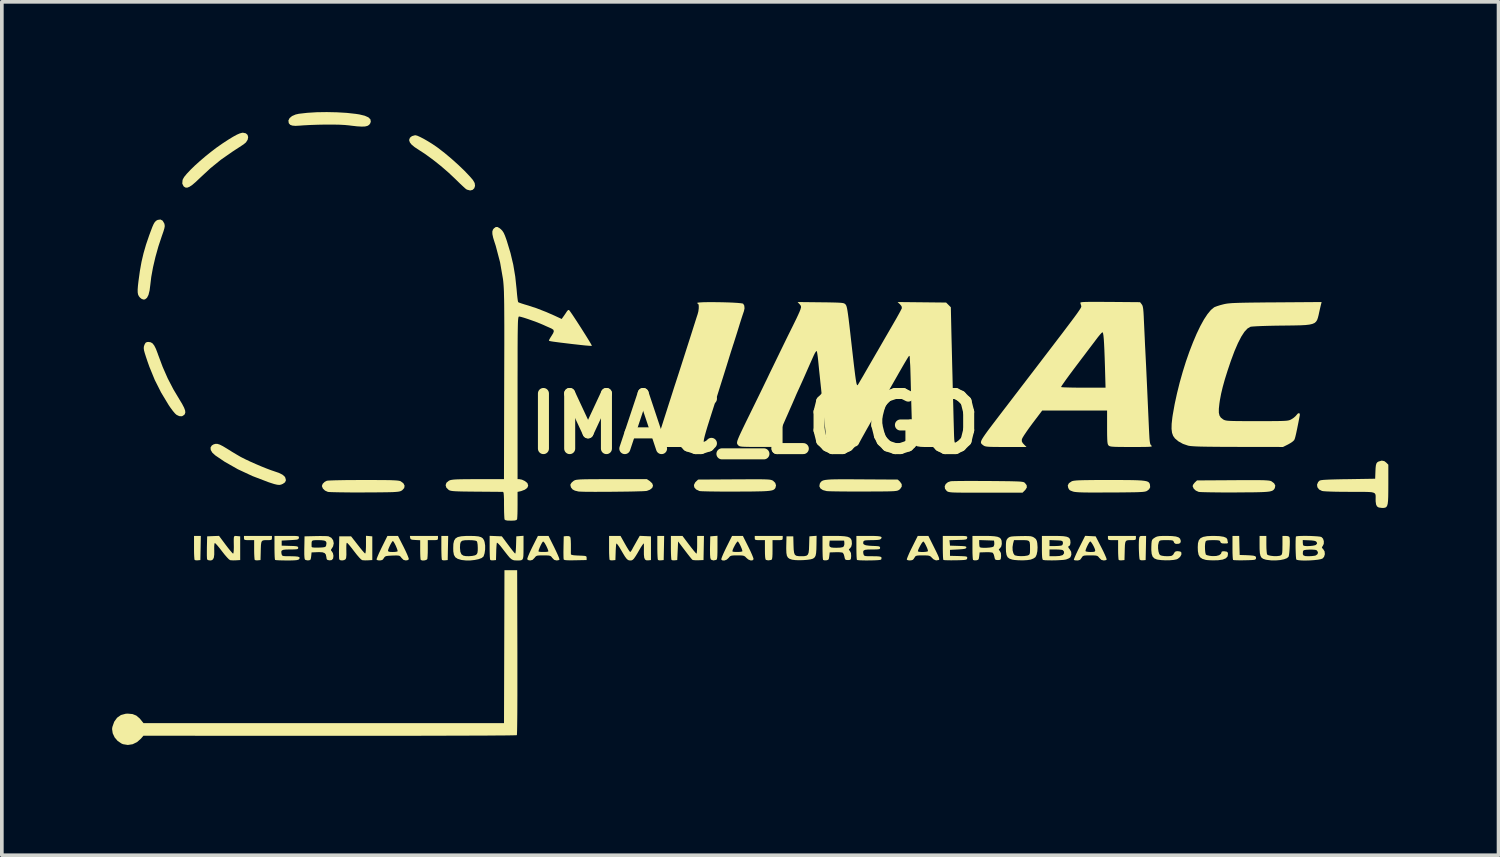
<source format=kicad_pcb>
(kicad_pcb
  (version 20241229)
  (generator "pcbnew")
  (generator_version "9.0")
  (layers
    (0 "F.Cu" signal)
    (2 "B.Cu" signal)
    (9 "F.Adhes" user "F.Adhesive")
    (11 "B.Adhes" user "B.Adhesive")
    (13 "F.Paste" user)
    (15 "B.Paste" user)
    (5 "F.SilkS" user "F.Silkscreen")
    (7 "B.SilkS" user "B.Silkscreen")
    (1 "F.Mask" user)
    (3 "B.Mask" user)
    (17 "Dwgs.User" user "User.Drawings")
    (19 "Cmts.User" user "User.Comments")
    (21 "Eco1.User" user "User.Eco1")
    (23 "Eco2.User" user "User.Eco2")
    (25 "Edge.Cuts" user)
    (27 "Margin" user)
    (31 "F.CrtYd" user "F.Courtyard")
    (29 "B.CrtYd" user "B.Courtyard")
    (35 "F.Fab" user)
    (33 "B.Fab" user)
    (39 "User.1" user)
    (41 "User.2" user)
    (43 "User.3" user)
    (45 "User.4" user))
  (footprint "IMAC_LOGO"
    (layer "F.Cu")
    (at 17.488 8.479)
    (property "Reference" "IMAC_LOGO" (at 0 0 0) (layer "F.SilkS") (effects (font (size 1.5 1.5) (thickness 0.3))))
    (attr board_only exclude_from_pos_files exclude_from_bom allow_missing_courtyard)
    (fp_poly (pts (xy -15.079 3.382) (xy -15.086 3.711) (xy -15.156 3.718) (xy -15.21 3.718) (xy -15.242 3.708) (xy -15.248 3.68) (xy -15.253 3.615) (xy -15.257 3.522) (xy -15.258 3.409) (xy -15.258 3.373) (xy -15.258 3.054) (xy -15.166 3.054) (xy -15.073 3.054)) (stroke (width 0) (type solid)) (fill yes) (layer "F.SilkS"))
    (fp_poly (pts (xy -8.349 3.382) (xy -8.355 3.711) (xy -8.425 3.718) (xy -8.48 3.718) (xy -8.512 3.708) (xy -8.518 3.68) (xy -8.523 3.615) (xy -8.526 3.522) (xy -8.528 3.409) (xy -8.528 3.373) (xy -8.528 3.054) (xy -8.435 3.054) (xy -8.342 3.054)) (stroke (width 0) (type solid)) (fill yes) (layer "F.SilkS"))
    (fp_poly (pts (xy -2.471 3.382) (xy -2.478 3.711) (xy -2.548 3.718) (xy -2.602 3.718) (xy -2.634 3.708) (xy -2.64 3.68) (xy -2.645 3.615) (xy -2.649 3.522) (xy -2.651 3.409) (xy -2.651 3.373) (xy -2.651 3.054) (xy -2.558 3.054) (xy -2.465 3.054)) (stroke (width 0) (type solid)) (fill yes) (layer "F.SilkS"))
    (fp_poly (pts (xy -1.014 3.373) (xy -1.015 3.503) (xy -1.018 3.595) (xy -1.023 3.654) (xy -1.032 3.689) (xy -1.045 3.705) (xy -1.051 3.708) (xy -1.126 3.722) (xy -1.185 3.702) (xy -1.196 3.69) (xy -1.209 3.65) (xy -1.216 3.565) (xy -1.218 3.435) (xy -1.217 3.362) (xy -1.21 3.066) (xy -1.112 3.058) (xy -1.014 3.051)) (stroke (width 0) (type solid)) (fill yes) (layer "F.SilkS"))
    (fp_poly (pts (xy 10.644 3.382) (xy 10.637 3.711) (xy 10.564 3.718) (xy 10.509 3.716) (xy 10.476 3.7) (xy 10.476 3.7) (xy 10.468 3.665) (xy 10.461 3.595) (xy 10.456 3.503) (xy 10.452 3.4) (xy 10.451 3.298) (xy 10.453 3.208) (xy 10.457 3.143) (xy 10.458 3.14) (xy 10.468 3.085) (xy 10.49 3.06) (xy 10.539 3.054) (xy 10.56 3.054) (xy 10.65 3.054)) (stroke (width 0) (type solid)) (fill yes) (layer "F.SilkS"))
    (fp_poly (pts (xy -8.62 3.112) (xy -8.623 3.144) (xy -8.639 3.161) (xy -8.679 3.168) (xy -8.754 3.169) (xy -8.759 3.169) (xy -8.897 3.169) (xy -8.897 3.409) (xy -8.898 3.513) (xy -8.902 3.602) (xy -8.907 3.665) (xy -8.911 3.686) (xy -8.941 3.709) (xy -8.995 3.722) (xy -9.051 3.722) (xy -9.089 3.707) (xy -9.095 3.679) (xy -9.1 3.615) (xy -9.103 3.525) (xy -9.104 3.432) (xy -9.104 3.172) (xy -9.237 3.165) (xy -9.313 3.159) (xy -9.354 3.148) (xy -9.372 3.127) (xy -9.377 3.106) (xy -9.384 3.054) (xy -9.002 3.054) (xy -8.62 3.054)) (stroke (width 0) (type solid)) (fill yes) (layer "F.SilkS"))
    (fp_poly (pts (xy 0.761 3.112) (xy 0.758 3.144) (xy 0.742 3.161) (xy 0.702 3.168) (xy 0.627 3.169) (xy 0.622 3.169) (xy 0.484 3.169) (xy 0.484 3.432) (xy 0.483 3.549) (xy 0.479 3.627) (xy 0.472 3.675) (xy 0.46 3.7) (xy 0.448 3.708) (xy 0.366 3.72) (xy 0.305 3.707) (xy 0.292 3.686) (xy 0.283 3.631) (xy 0.278 3.539) (xy 0.277 3.432) (xy 0.277 3.169) (xy 0.138 3.169) (xy 0.062 3.168) (xy 0.02 3.161) (xy 0.003 3.145) (xy 0.000003 3.114) (xy 0 3.112) (xy 0 3.054) (xy 0.38 3.054) (xy 0.761 3.054)) (stroke (width 0) (type solid)) (fill yes) (layer "F.SilkS"))
    (fp_poly (pts (xy 13.189 3.313) (xy 13.196 3.573) (xy 13.368 3.578) (xy 13.488 3.584) (xy 13.568 3.592) (xy 13.615 3.605) (xy 13.638 3.625) (xy 13.641 3.654) (xy 13.641 3.66) (xy 13.636 3.681) (xy 13.623 3.695) (xy 13.594 3.705) (xy 13.542 3.71) (xy 13.459 3.714) (xy 13.339 3.717) (xy 13.333 3.717) (xy 13.219 3.719) (xy 13.123 3.717) (xy 13.052 3.714) (xy 13.017 3.709) (xy 13.016 3.708) (xy 13.01 3.68) (xy 13.005 3.615) (xy 13.001 3.522) (xy 13 3.409) (xy 13 3.373) (xy 13 3.054) (xy 13.091 3.054) (xy 13.183 3.054)) (stroke (width 0) (type solid)) (fill yes) (layer "F.SilkS"))
    (fp_poly (pts (xy -13.138 3.112) (xy -13.141 3.144) (xy -13.157 3.161) (xy -13.197 3.168) (xy -13.272 3.169) (xy -13.276 3.169) (xy -13.339 3.17) (xy -13.383 3.177) (xy -13.411 3.196) (xy -13.428 3.236) (xy -13.437 3.303) (xy -13.441 3.405) (xy -13.443 3.492) (xy -13.449 3.711) (xy -13.519 3.718) (xy -13.574 3.718) (xy -13.606 3.708) (xy -13.612 3.68) (xy -13.617 3.615) (xy -13.621 3.525) (xy -13.622 3.43) (xy -13.622 3.169) (xy -13.76 3.169) (xy -13.837 3.168) (xy -13.878 3.161) (xy -13.895 3.145) (xy -13.899 3.114) (xy -13.899 3.112) (xy -13.899 3.054) (xy -13.518 3.054) (xy -13.138 3.054)) (stroke (width 0) (type solid)) (fill yes) (layer "F.SilkS"))
    (fp_poly (pts (xy 10.372 3.112) (xy 10.369 3.144) (xy 10.353 3.161) (xy 10.313 3.168) (xy 10.238 3.169) (xy 10.234 3.169) (xy 10.171 3.17) (xy 10.127 3.177) (xy 10.099 3.196) (xy 10.082 3.236) (xy 10.073 3.303) (xy 10.069 3.405) (xy 10.067 3.492) (xy 10.061 3.711) (xy 9.991 3.718) (xy 9.936 3.718) (xy 9.904 3.708) (xy 9.898 3.68) (xy 9.893 3.615) (xy 9.889 3.525) (xy 9.888 3.43) (xy 9.888 3.169) (xy 9.75 3.169) (xy 9.673 3.168) (xy 9.632 3.161) (xy 9.615 3.145) (xy 9.611 3.114) (xy 9.611 3.112) (xy 9.611 3.054) (xy 9.992 3.054) (xy 10.372 3.054)) (stroke (width 0) (type solid)) (fill yes) (layer "F.SilkS"))
    (fp_poly (pts (xy -5.055 3.061) (xy -5.021 3.081) (xy -5.012 3.117) (xy -5.006 3.186) (xy -5.003 3.277) (xy -5.003 3.319) (xy -5.003 3.415) (xy -5.004 3.494) (xy -5.003 3.544) (xy -5.003 3.554) (xy -4.983 3.57) (xy -4.923 3.581) (xy -4.82 3.588) (xy -4.788 3.589) (xy -4.689 3.593) (xy -4.626 3.598) (xy -4.592 3.607) (xy -4.578 3.622) (xy -4.575 3.647) (xy -4.575 3.653) (xy -4.575 3.711) (xy -4.881 3.717) (xy -5.012 3.719) (xy -5.103 3.717) (xy -5.16 3.712) (xy -5.191 3.702) (xy -5.199 3.693) (xy -5.203 3.659) (xy -5.205 3.589) (xy -5.206 3.493) (xy -5.204 3.38) (xy -5.204 3.364) (xy -5.198 3.066) (xy -5.119 3.058)) (stroke (width 0) (type solid)) (fill yes) (layer "F.SilkS"))
    (fp_poly (pts (xy -16.437 -2.215) (xy -16.386 -2.184) (xy -16.34 -2.125) (xy -16.294 -2.033) (xy -16.244 -1.902) (xy -16.24 -1.888) (xy -16.112 -1.546) (xy -15.975 -1.234) (xy -15.82 -0.935) (xy -15.66 -0.667) (xy -15.581 -0.536) (xy -15.529 -0.436) (xy -15.501 -0.361) (xy -15.495 -0.304) (xy -15.51 -0.26) (xy -15.524 -0.241) (xy -15.585 -0.202) (xy -15.659 -0.205) (xy -15.732 -0.239) (xy -15.774 -0.276) (xy -15.832 -0.344) (xy -15.897 -0.431) (xy -15.948 -0.506) (xy -16.154 -0.848) (xy -16.326 -1.189) (xy -16.473 -1.548) (xy -16.521 -1.683) (xy -16.567 -1.82) (xy -16.599 -1.921) (xy -16.619 -1.995) (xy -16.626 -2.05) (xy -16.624 -2.092) (xy -16.613 -2.13) (xy -16.607 -2.147) (xy -16.578 -2.2) (xy -16.54 -2.221) (xy -16.497 -2.224)) (stroke (width 0) (type solid)) (fill yes) (layer "F.SilkS"))
    (fp_poly (pts (xy -11.366 -8.473) (xy -11.098 -8.457) (xy -10.856 -8.43) (xy -10.758 -8.415) (xy -10.613 -8.38) (xy -10.513 -8.336) (xy -10.458 -8.281) (xy -10.448 -8.217) (xy -10.464 -8.171) (xy -10.495 -8.13) (xy -10.54 -8.103) (xy -10.605 -8.087) (xy -10.696 -8.084) (xy -10.819 -8.091) (xy -10.98 -8.109) (xy -11.04 -8.117) (xy -11.157 -8.128) (xy -11.31 -8.136) (xy -11.489 -8.139) (xy -11.685 -8.139) (xy -11.889 -8.135) (xy -12.091 -8.128) (xy -12.28 -8.118) (xy -12.371 -8.111) (xy -12.495 -8.104) (xy -12.582 -8.111) (xy -12.64 -8.132) (xy -12.675 -8.17) (xy -12.681 -8.182) (xy -12.69 -8.25) (xy -12.658 -8.315) (xy -12.591 -8.371) (xy -12.494 -8.413) (xy -12.406 -8.433) (xy -12.178 -8.459) (xy -11.92 -8.475) (xy -11.645 -8.479)) (stroke (width 0) (type solid)) (fill yes) (layer "F.SilkS"))
    (fp_poly (pts (xy -1.785 3.296) (xy -1.716 3.386) (xy -1.656 3.461) (xy -1.611 3.513) (xy -1.587 3.537) (xy -1.585 3.538) (xy -1.578 3.517) (xy -1.572 3.459) (xy -1.568 3.373) (xy -1.567 3.296) (xy -1.567 3.054) (xy -1.475 3.054) (xy -1.382 3.054) (xy -1.388 3.382) (xy -1.394 3.711) (xy -1.533 3.717) (xy -1.611 3.717) (xy -1.671 3.712) (xy -1.696 3.705) (xy -1.718 3.681) (xy -1.762 3.628) (xy -1.822 3.552) (xy -1.891 3.462) (xy -1.903 3.446) (xy -2.086 3.205) (xy -2.097 3.458) (xy -2.109 3.711) (xy -2.179 3.718) (xy -2.234 3.718) (xy -2.265 3.708) (xy -2.271 3.68) (xy -2.276 3.615) (xy -2.28 3.522) (xy -2.282 3.409) (xy -2.282 3.373) (xy -2.282 3.054) (xy -2.124 3.054) (xy -1.967 3.054)) (stroke (width 0) (type solid)) (fill yes) (layer "F.SilkS"))
    (fp_poly (pts (xy -14.621 0.55) (xy -14.557 0.57) (xy -14.474 0.612) (xy -14.364 0.678) (xy -14.327 0.701) (xy -14.218 0.769) (xy -14.102 0.838) (xy -13.998 0.899) (xy -13.956 0.921) (xy -13.851 0.974) (xy -13.721 1.035) (xy -13.576 1.099) (xy -13.429 1.162) (xy -13.29 1.218) (xy -13.171 1.263) (xy -13.092 1.29) (xy -12.952 1.338) (xy -12.854 1.386) (xy -12.793 1.438) (xy -12.775 1.467) (xy -12.757 1.538) (xy -12.781 1.595) (xy -12.84 1.637) (xy -12.889 1.658) (xy -12.938 1.667) (xy -12.998 1.661) (xy -13.079 1.642) (xy -13.19 1.606) (xy -13.23 1.593) (xy -13.667 1.426) (xy -14.064 1.241) (xy -14.426 1.035) (xy -14.677 0.865) (xy -14.759 0.791) (xy -14.803 0.717) (xy -14.809 0.65) (xy -14.775 0.594) (xy -14.727 0.564) (xy -14.675 0.549)) (stroke (width 0) (type solid)) (fill yes) (layer "F.SilkS"))
    (fp_poly (pts (xy -13.848 -7.901) (xy -13.801 -7.858) (xy -13.785 -7.796) (xy -13.799 -7.726) (xy -13.844 -7.655) (xy -13.906 -7.603) (xy -13.954 -7.571) (xy -14.03 -7.521) (xy -14.124 -7.46) (xy -14.22 -7.397) (xy -14.525 -7.184) (xy -14.811 -6.952) (xy -15.088 -6.695) (xy -15.21 -6.579) (xy -15.307 -6.496) (xy -15.384 -6.445) (xy -15.445 -6.422) (xy -15.494 -6.426) (xy -15.536 -6.454) (xy -15.543 -6.461) (xy -15.578 -6.532) (xy -15.571 -6.623) (xy -15.561 -6.654) (xy -15.523 -6.718) (xy -15.452 -6.804) (xy -15.355 -6.907) (xy -15.236 -7.023) (xy -15.1 -7.145) (xy -14.953 -7.271) (xy -14.8 -7.394) (xy -14.647 -7.511) (xy -14.498 -7.615) (xy -14.49 -7.621) (xy -14.328 -7.727) (xy -14.197 -7.807) (xy -14.093 -7.864) (xy -14.012 -7.899) (xy -13.949 -7.916) (xy -13.924 -7.917)) (stroke (width 0) (type solid)) (fill yes) (layer "F.SilkS"))
    (fp_poly (pts (xy -9.182 -7.836) (xy -9.104 -7.801) (xy -9.005 -7.75) (xy -8.894 -7.686) (xy -8.779 -7.615) (xy -8.668 -7.54) (xy -8.622 -7.507) (xy -8.437 -7.364) (xy -8.249 -7.206) (xy -8.065 -7.041) (xy -7.896 -6.879) (xy -7.751 -6.726) (xy -7.669 -6.631) (xy -7.621 -6.548) (xy -7.611 -6.471) (xy -7.632 -6.406) (xy -7.678 -6.362) (xy -7.745 -6.346) (xy -7.826 -6.367) (xy -7.848 -6.378) (xy -7.88 -6.403) (xy -7.937 -6.455) (xy -8.013 -6.526) (xy -8.101 -6.612) (xy -8.152 -6.662) (xy -8.338 -6.837) (xy -8.546 -7.016) (xy -8.764 -7.189) (xy -8.978 -7.344) (xy -9.135 -7.446) (xy -9.256 -7.526) (xy -9.338 -7.594) (xy -9.385 -7.654) (xy -9.404 -7.712) (xy -9.404 -7.723) (xy -9.383 -7.781) (xy -9.328 -7.825) (xy -9.252 -7.847) (xy -9.231 -7.848)) (stroke (width 0) (type solid)) (fill yes) (layer "F.SilkS"))
    (fp_poly (pts (xy 1.68 3.289) (xy 1.677 3.424) (xy 1.67 3.52) (xy 1.657 3.587) (xy 1.636 3.631) (xy 1.604 3.66) (xy 1.578 3.675) (xy 1.518 3.692) (xy 1.426 3.705) (xy 1.317 3.713) (xy 1.203 3.716) (xy 1.1 3.712) (xy 1.02 3.701) (xy 1.015 3.7) (xy 0.949 3.678) (xy 0.904 3.645) (xy 0.875 3.595) (xy 0.861 3.518) (xy 0.857 3.407) (xy 0.858 3.321) (xy 0.864 3.066) (xy 0.957 3.066) (xy 1.049 3.066) (xy 1.055 3.308) (xy 1.06 3.43) (xy 1.071 3.513) (xy 1.092 3.566) (xy 1.13 3.594) (xy 1.19 3.605) (xy 1.268 3.607) (xy 1.351 3.605) (xy 1.409 3.592) (xy 1.445 3.562) (xy 1.466 3.508) (xy 1.476 3.422) (xy 1.48 3.308) (xy 1.487 3.066) (xy 1.585 3.058) (xy 1.683 3.051)) (stroke (width 0) (type solid)) (fill yes) (layer "F.SilkS"))
    (fp_poly (pts (xy -16.112 -5.524) (xy -16.069 -5.451) (xy -16.066 -5.443) (xy -16.057 -5.405) (xy -16.056 -5.363) (xy -16.067 -5.309) (xy -16.09 -5.232) (xy -16.128 -5.123) (xy -16.132 -5.112) (xy -16.227 -4.826) (xy -16.308 -4.537) (xy -16.374 -4.255) (xy -16.422 -3.992) (xy -16.446 -3.792) (xy -16.467 -3.627) (xy -16.497 -3.505) (xy -16.538 -3.425) (xy -16.591 -3.383) (xy -16.629 -3.377) (xy -16.681 -3.393) (xy -16.727 -3.429) (xy -16.76 -3.47) (xy -16.781 -3.515) (xy -16.791 -3.572) (xy -16.792 -3.649) (xy -16.784 -3.756) (xy -16.769 -3.884) (xy -16.731 -4.159) (xy -16.687 -4.405) (xy -16.632 -4.638) (xy -16.564 -4.874) (xy -16.477 -5.128) (xy -16.437 -5.236) (xy -16.393 -5.353) (xy -16.357 -5.433) (xy -16.325 -5.486) (xy -16.292 -5.52) (xy -16.253 -5.542) (xy -16.247 -5.545) (xy -16.172 -5.556)) (stroke (width 0) (type solid)) (fill yes) (layer "F.SilkS"))
    (fp_poly (pts (xy 0.166 1.513) (xy 0.265 1.515) (xy 0.339 1.518) (xy 0.394 1.522) (xy 0.433 1.528) (xy 0.462 1.536) (xy 0.484 1.545) (xy 0.501 1.555) (xy 0.558 1.611) (xy 0.579 1.68) (xy 0.562 1.749) (xy 0.559 1.754) (xy 0.542 1.776) (xy 0.522 1.793) (xy 0.492 1.808) (xy 0.451 1.819) (xy 0.392 1.828) (xy 0.312 1.835) (xy 0.206 1.84) (xy 0.071 1.843) (xy -0.099 1.846) (xy -0.307 1.847) (xy -0.507 1.848) (xy -0.713 1.848) (xy -0.906 1.848) (xy -1.081 1.846) (xy -1.233 1.844) (xy -1.357 1.841) (xy -1.448 1.838) (xy -1.499 1.834) (xy -1.506 1.832) (xy -1.595 1.79) (xy -1.645 1.733) (xy -1.655 1.668) (xy -1.621 1.599) (xy -1.6 1.577) (xy -1.541 1.521) (xy -0.557 1.515) (xy -0.318 1.514) (xy -0.121 1.513) (xy 0.039 1.513)) (stroke (width 0) (type solid)) (fill yes) (layer "F.SilkS"))
    (fp_poly (pts (xy -2.856 1.562) (xy -2.79 1.624) (xy -2.768 1.687) (xy -2.789 1.746) (xy -2.852 1.797) (xy -2.936 1.829) (xy -2.974 1.833) (xy -3.052 1.838) (xy -3.162 1.841) (xy -3.3 1.845) (xy -3.458 1.848) (xy -3.631 1.85) (xy -3.811 1.852) (xy -3.994 1.854) (xy -4.173 1.854) (xy -4.341 1.855) (xy -4.492 1.854) (xy -4.621 1.853) (xy -4.72 1.85) (xy -4.785 1.847) (xy -4.806 1.844) (xy -4.844 1.834) (xy -4.892 1.823) (xy -4.956 1.79) (xy -5.001 1.735) (xy -5.017 1.671) (xy -5.013 1.648) (xy -4.983 1.603) (xy -4.932 1.559) (xy -4.925 1.554) (xy -4.905 1.543) (xy -4.881 1.534) (xy -4.849 1.527) (xy -4.804 1.522) (xy -4.742 1.517) (xy -4.659 1.514) (xy -4.549 1.512) (xy -4.409 1.511) (xy -4.234 1.51) (xy -4.02 1.51) (xy -3.893 1.51) (xy -2.934 1.51)) (stroke (width 0) (type solid)) (fill yes) (layer "F.SilkS"))
    (fp_poly (pts (xy 2.547 1.513) (xy 2.775 1.514) (xy 2.914 1.515) (xy 3.892 1.521) (xy 3.952 1.578) (xy 3.999 1.645) (xy 4 1.713) (xy 3.956 1.778) (xy 3.934 1.796) (xy 3.916 1.808) (xy 3.896 1.818) (xy 3.869 1.826) (xy 3.829 1.832) (xy 3.774 1.837) (xy 3.698 1.84) (xy 3.597 1.843) (xy 3.465 1.844) (xy 3.3 1.845) (xy 3.095 1.846) (xy 2.966 1.846) (xy 2.762 1.847) (xy 2.568 1.846) (xy 2.391 1.845) (xy 2.236 1.843) (xy 2.109 1.841) (xy 2.015 1.838) (xy 1.961 1.835) (xy 1.956 1.834) (xy 1.854 1.807) (xy 1.787 1.762) (xy 1.758 1.703) (xy 1.77 1.634) (xy 1.774 1.626) (xy 1.79 1.598) (xy 1.809 1.576) (xy 1.834 1.557) (xy 1.87 1.542) (xy 1.922 1.531) (xy 1.992 1.523) (xy 2.086 1.517) (xy 2.207 1.514) (xy 2.359 1.513)) (stroke (width 0) (type solid)) (fill yes) (layer "F.SilkS"))
    (fp_poly (pts (xy 6.068 1.559) (xy 6.272 1.56) (xy 6.353 1.56) (xy 6.588 1.562) (xy 6.782 1.564) (xy 6.938 1.566) (xy 7.061 1.569) (xy 7.155 1.572) (xy 7.224 1.576) (xy 7.274 1.582) (xy 7.308 1.588) (xy 7.33 1.597) (xy 7.345 1.607) (xy 7.348 1.609) (xy 7.399 1.673) (xy 7.404 1.736) (xy 7.363 1.802) (xy 7.353 1.812) (xy 7.287 1.878) (xy 6.286 1.878) (xy 6.045 1.878) (xy 5.845 1.878) (xy 5.684 1.877) (xy 5.555 1.876) (xy 5.456 1.874) (xy 5.381 1.871) (xy 5.326 1.866) (xy 5.288 1.86) (xy 5.261 1.853) (xy 5.242 1.844) (xy 5.226 1.832) (xy 5.224 1.831) (xy 5.177 1.771) (xy 5.169 1.705) (xy 5.197 1.642) (xy 5.257 1.592) (xy 5.33 1.567) (xy 5.369 1.564) (xy 5.449 1.562) (xy 5.564 1.56) (xy 5.709 1.559) (xy 5.879 1.559)) (stroke (width 0) (type solid)) (fill yes) (layer "F.SilkS"))
    (fp_poly (pts (xy 13.62 1.536) (xy 13.749 1.537) (xy 13.85 1.539) (xy 13.926 1.543) (xy 13.982 1.548) (xy 14.021 1.554) (xy 14.048 1.562) (xy 14.059 1.567) (xy 14.132 1.621) (xy 14.165 1.683) (xy 14.153 1.75) (xy 14.152 1.752) (xy 14.136 1.78) (xy 14.117 1.802) (xy 14.091 1.821) (xy 14.054 1.835) (xy 14.002 1.847) (xy 13.929 1.855) (xy 13.833 1.861) (xy 13.708 1.865) (xy 13.55 1.868) (xy 13.356 1.869) (xy 13.12 1.871) (xy 13.08 1.871) (xy 12.875 1.871) (xy 12.682 1.871) (xy 12.506 1.869) (xy 12.353 1.867) (xy 12.228 1.864) (xy 12.137 1.861) (xy 12.085 1.857) (xy 12.078 1.855) (xy 12.002 1.821) (xy 11.944 1.767) (xy 11.917 1.705) (xy 11.916 1.696) (xy 11.932 1.654) (xy 11.971 1.605) (xy 11.976 1.6) (xy 12.035 1.544) (xy 13.013 1.538) (xy 13.255 1.536) (xy 13.456 1.536)) (stroke (width 0) (type solid)) (fill yes) (layer "F.SilkS"))
    (fp_poly (pts (xy 13.922 3.29) (xy 13.924 3.393) (xy 13.93 3.48) (xy 13.937 3.54) (xy 13.943 3.56) (xy 13.978 3.58) (xy 14.044 3.595) (xy 14.126 3.604) (xy 14.21 3.604) (xy 14.279 3.596) (xy 14.31 3.586) (xy 14.332 3.571) (xy 14.346 3.548) (xy 14.354 3.508) (xy 14.358 3.443) (xy 14.359 3.343) (xy 14.36 3.307) (xy 14.36 3.054) (xy 14.449 3.054) (xy 14.517 3.062) (xy 14.551 3.085) (xy 14.551 3.086) (xy 14.558 3.131) (xy 14.561 3.209) (xy 14.559 3.305) (xy 14.554 3.407) (xy 14.547 3.503) (xy 14.537 3.579) (xy 14.526 3.621) (xy 14.526 3.622) (xy 14.482 3.66) (xy 14.403 3.69) (xy 14.299 3.711) (xy 14.179 3.721) (xy 14.054 3.72) (xy 13.935 3.706) (xy 13.899 3.699) (xy 13.836 3.678) (xy 13.791 3.647) (xy 13.762 3.597) (xy 13.745 3.522) (xy 13.738 3.413) (xy 13.737 3.317) (xy 13.737 3.054) (xy 13.829 3.054) (xy 13.922 3.054)) (stroke (width 0) (type solid)) (fill yes) (layer "F.SilkS"))
    (fp_poly (pts (xy -10.493 3.058) (xy -10.407 3.066) (xy -10.407 3.388) (xy -10.407 3.711) (xy -10.52 3.718) (xy -10.598 3.72) (xy -10.663 3.716) (xy -10.683 3.713) (xy -10.715 3.691) (xy -10.767 3.638) (xy -10.831 3.563) (xy -10.901 3.473) (xy -10.903 3.471) (xy -10.97 3.383) (xy -11.029 3.31) (xy -11.074 3.26) (xy -11.097 3.24) (xy -11.098 3.239) (xy -11.109 3.261) (xy -11.114 3.323) (xy -11.114 3.421) (xy -11.113 3.446) (xy -11.112 3.571) (xy -11.119 3.652) (xy -11.133 3.688) (xy -11.174 3.713) (xy -11.23 3.722) (xy -11.282 3.714) (xy -11.307 3.692) (xy -11.311 3.659) (xy -11.313 3.589) (xy -11.314 3.493) (xy -11.312 3.38) (xy -11.312 3.364) (xy -11.306 3.066) (xy -11.145 3.066) (xy -10.984 3.066) (xy -10.804 3.296) (xy -10.735 3.384) (xy -10.674 3.458) (xy -10.628 3.51) (xy -10.603 3.534) (xy -10.602 3.534) (xy -10.592 3.516) (xy -10.584 3.457) (xy -10.58 3.361) (xy -10.579 3.297) (xy -10.579 3.051)) (stroke (width 0) (type solid)) (fill yes) (layer "F.SilkS"))
    (fp_poly (pts (xy -10.406 1.533) (xy -10.208 1.534) (xy -10.048 1.535) (xy -9.921 1.537) (xy -9.823 1.541) (xy -9.75 1.545) (xy -9.697 1.551) (xy -9.661 1.558) (xy -9.636 1.566) (xy -9.634 1.568) (xy -9.56 1.623) (xy -9.528 1.687) (xy -9.539 1.752) (xy -9.592 1.81) (xy -9.619 1.827) (xy -9.641 1.837) (xy -9.67 1.845) (xy -9.71 1.852) (xy -9.766 1.857) (xy -9.843 1.862) (xy -9.944 1.865) (xy -10.075 1.867) (xy -10.239 1.869) (xy -10.442 1.87) (xy -10.614 1.871) (xy -10.819 1.871) (xy -11.012 1.871) (xy -11.188 1.869) (xy -11.341 1.867) (xy -11.466 1.864) (xy -11.557 1.861) (xy -11.609 1.857) (xy -11.616 1.856) (xy -11.694 1.821) (xy -11.752 1.765) (xy -11.778 1.701) (xy -11.778 1.693) (xy -11.757 1.636) (xy -11.702 1.583) (xy -11.646 1.554) (xy -11.612 1.549) (xy -11.536 1.545) (xy -11.425 1.541) (xy -11.283 1.538) (xy -11.116 1.535) (xy -10.929 1.534) (xy -10.728 1.533) (xy -10.646 1.533)) (stroke (width 0) (type solid)) (fill yes) (layer "F.SilkS"))
    (fp_poly (pts (xy -6.292 3.373) (xy -6.293 3.507) (xy -6.296 3.601) (xy -6.305 3.663) (xy -6.324 3.699) (xy -6.357 3.717) (xy -6.407 3.722) (xy -6.476 3.722) (xy -6.532 3.72) (xy -6.577 3.711) (xy -6.62 3.688) (xy -6.667 3.647) (xy -6.723 3.581) (xy -6.797 3.487) (xy -6.844 3.426) (xy -6.914 3.336) (xy -6.969 3.274) (xy -7.005 3.242) (xy -7.018 3.242) (xy -7.023 3.277) (xy -7.029 3.347) (xy -7.034 3.439) (xy -7.035 3.492) (xy -7.041 3.711) (xy -7.111 3.718) (xy -7.166 3.718) (xy -7.198 3.708) (xy -7.204 3.68) (xy -7.209 3.615) (xy -7.212 3.522) (xy -7.214 3.409) (xy -7.214 3.372) (xy -7.214 3.052) (xy -7.048 3.059) (xy -6.882 3.066) (xy -6.708 3.3) (xy -6.641 3.389) (xy -6.584 3.462) (xy -6.541 3.514) (xy -6.519 3.536) (xy -6.518 3.536) (xy -6.51 3.515) (xy -6.503 3.458) (xy -6.498 3.374) (xy -6.495 3.302) (xy -6.488 3.066) (xy -6.39 3.058) (xy -6.292 3.051)) (stroke (width 0) (type solid)) (fill yes) (layer "F.SilkS"))
    (fp_poly (pts (xy 9.897 1.533) (xy 10.106 1.534) (xy 10.277 1.536) (xy 10.414 1.54) (xy 10.52 1.546) (xy 10.601 1.555) (xy 10.659 1.566) (xy 10.7 1.581) (xy 10.726 1.6) (xy 10.742 1.623) (xy 10.752 1.651) (xy 10.754 1.658) (xy 10.76 1.729) (xy 10.732 1.784) (xy 10.68 1.825) (xy 10.661 1.836) (xy 10.636 1.844) (xy 10.601 1.851) (xy 10.551 1.857) (xy 10.482 1.861) (xy 10.389 1.865) (xy 10.268 1.867) (xy 10.115 1.869) (xy 9.924 1.871) (xy 9.692 1.872) (xy 9.682 1.872) (xy 9.438 1.873) (xy 9.236 1.874) (xy 9.072 1.873) (xy 8.941 1.871) (xy 8.84 1.868) (xy 8.764 1.863) (xy 8.709 1.857) (xy 8.672 1.85) (xy 8.659 1.846) (xy 8.6 1.824) (xy 8.569 1.807) (xy 8.55 1.783) (xy 8.53 1.746) (xy 8.518 1.68) (xy 8.549 1.62) (xy 8.621 1.571) (xy 8.633 1.565) (xy 8.661 1.557) (xy 8.705 1.55) (xy 8.767 1.544) (xy 8.853 1.54) (xy 8.967 1.537) (xy 9.112 1.535) (xy 9.293 1.533) (xy 9.513 1.533) (xy 9.646 1.533)) (stroke (width 0) (type solid)) (fill yes) (layer "F.SilkS"))
    (fp_poly (pts (xy -14.397 3.296) (xy -14.328 3.386) (xy -14.267 3.461) (xy -14.221 3.514) (xy -14.196 3.537) (xy -14.194 3.538) (xy -14.185 3.517) (xy -14.178 3.46) (xy -14.175 3.378) (xy -14.175 3.336) (xy -14.177 3.217) (xy -14.177 3.137) (xy -14.173 3.088) (xy -14.162 3.063) (xy -14.143 3.055) (xy -14.112 3.056) (xy -14.089 3.058) (xy -14.002 3.066) (xy -14.002 3.388) (xy -14.002 3.711) (xy -14.116 3.718) (xy -14.193 3.72) (xy -14.258 3.716) (xy -14.277 3.713) (xy -14.309 3.691) (xy -14.36 3.639) (xy -14.425 3.564) (xy -14.495 3.475) (xy -14.498 3.471) (xy -14.565 3.384) (xy -14.624 3.313) (xy -14.668 3.265) (xy -14.692 3.247) (xy -14.693 3.247) (xy -14.703 3.272) (xy -14.709 3.333) (xy -14.709 3.421) (xy -14.708 3.44) (xy -14.708 3.562) (xy -14.719 3.645) (xy -14.744 3.695) (xy -14.786 3.719) (xy -14.822 3.722) (xy -14.875 3.713) (xy -14.903 3.692) (xy -14.906 3.659) (xy -14.909 3.589) (xy -14.909 3.493) (xy -14.908 3.38) (xy -14.908 3.364) (xy -14.901 3.066) (xy -14.74 3.059) (xy -14.578 3.053)) (stroke (width 0) (type solid)) (fill yes) (layer "F.SilkS"))
    (fp_poly (pts (xy -5.456 3.366) (xy -5.403 3.477) (xy -5.359 3.573) (xy -5.328 3.647) (xy -5.314 3.692) (xy -5.314 3.701) (xy -5.344 3.716) (xy -5.393 3.722) (xy -5.457 3.706) (xy -5.509 3.653) (xy -5.535 3.619) (xy -5.562 3.599) (xy -5.602 3.588) (xy -5.667 3.585) (xy -5.751 3.584) (xy -5.846 3.585) (xy -5.906 3.589) (xy -5.943 3.601) (xy -5.97 3.623) (xy -5.993 3.653) (xy -6.046 3.706) (xy -6.109 3.722) (xy -6.11 3.722) (xy -6.163 3.713) (xy -6.191 3.69) (xy -6.185 3.659) (xy -6.162 3.596) (xy -6.124 3.507) (xy -6.107 3.471) (xy -5.885 3.471) (xy -5.883 3.478) (xy -5.853 3.487) (xy -5.794 3.491) (xy -5.724 3.491) (xy -5.661 3.488) (xy -5.622 3.48) (xy -5.617 3.478) (xy -5.62 3.451) (xy -5.64 3.397) (xy -5.673 3.325) (xy -5.718 3.245) (xy -5.75 3.209) (xy -5.766 3.21) (xy -5.791 3.246) (xy -5.822 3.304) (xy -5.852 3.37) (xy -5.875 3.43) (xy -5.885 3.471) (xy -6.107 3.471) (xy -6.075 3.403) (xy -6.052 3.356) (xy -5.9 3.054) (xy -5.756 3.054) (xy -5.612 3.054)) (stroke (width 0) (type solid)) (fill yes) (layer "F.SilkS"))
    (fp_poly (pts (xy -0.172 3.356) (xy -0.119 3.465) (xy -0.076 3.561) (xy -0.046 3.636) (xy -0.032 3.682) (xy -0.032 3.69) (xy -0.064 3.72) (xy -0.117 3.72) (xy -0.177 3.695) (xy -0.226 3.653) (xy -0.259 3.619) (xy -0.292 3.598) (xy -0.336 3.588) (xy -0.406 3.584) (xy -0.473 3.584) (xy -0.566 3.585) (xy -0.625 3.59) (xy -0.663 3.603) (xy -0.69 3.626) (xy -0.711 3.653) (xy -0.762 3.699) (xy -0.823 3.723) (xy -0.879 3.721) (xy -0.911 3.698) (xy -0.907 3.67) (xy -0.884 3.608) (xy -0.847 3.522) (xy -0.824 3.473) (xy -0.608 3.473) (xy -0.606 3.478) (xy -0.575 3.487) (xy -0.516 3.491) (xy -0.446 3.491) (xy -0.383 3.486) (xy -0.343 3.477) (xy -0.337 3.473) (xy -0.34 3.444) (xy -0.359 3.389) (xy -0.388 3.323) (xy -0.42 3.261) (xy -0.449 3.216) (xy -0.461 3.204) (xy -0.48 3.216) (xy -0.511 3.258) (xy -0.545 3.317) (xy -0.578 3.381) (xy -0.601 3.437) (xy -0.608 3.473) (xy -0.824 3.473) (xy -0.798 3.418) (xy -0.772 3.364) (xy -0.617 3.054) (xy -0.47 3.054) (xy -0.323 3.054)) (stroke (width 0) (type solid)) (fill yes) (layer "F.SilkS"))
    (fp_poly (pts (xy 4.885 3.375) (xy 4.947 3.5) (xy 4.989 3.59) (xy 5.013 3.65) (xy 5.021 3.687) (xy 5.016 3.705) (xy 5.01 3.709) (xy 4.934 3.721) (xy 4.866 3.692) (xy 4.825 3.653) (xy 4.792 3.619) (xy 4.76 3.599) (xy 4.716 3.588) (xy 4.647 3.585) (xy 4.572 3.584) (xy 4.477 3.585) (xy 4.418 3.59) (xy 4.383 3.601) (xy 4.362 3.621) (xy 4.354 3.636) (xy 4.323 3.683) (xy 4.301 3.705) (xy 4.256 3.719) (xy 4.199 3.721) (xy 4.151 3.71) (xy 4.138 3.7) (xy 4.143 3.673) (xy 4.166 3.612) (xy 4.203 3.526) (xy 4.228 3.472) (xy 4.439 3.472) (xy 4.441 3.477) (xy 4.474 3.487) (xy 4.534 3.492) (xy 4.604 3.491) (xy 4.667 3.485) (xy 4.708 3.474) (xy 4.713 3.47) (xy 4.71 3.44) (xy 4.691 3.384) (xy 4.661 3.319) (xy 4.629 3.257) (xy 4.6 3.215) (xy 4.59 3.206) (xy 4.57 3.218) (xy 4.539 3.259) (xy 4.504 3.318) (xy 4.471 3.382) (xy 4.447 3.437) (xy 4.439 3.472) (xy 4.228 3.472) (xy 4.252 3.422) (xy 4.28 3.366) (xy 4.436 3.054) (xy 4.58 3.054) (xy 4.725 3.054)) (stroke (width 0) (type solid)) (fill yes) (layer "F.SilkS"))
    (fp_poly (pts (xy 5.583 3.054) (xy 5.674 3.055) (xy 5.733 3.059) (xy 5.766 3.066) (xy 5.78 3.077) (xy 5.783 3.093) (xy 5.781 3.106) (xy 5.775 3.129) (xy 5.76 3.145) (xy 5.727 3.154) (xy 5.667 3.16) (xy 5.572 3.163) (xy 5.536 3.164) (xy 5.298 3.171) (xy 5.306 3.245) (xy 5.313 3.319) (xy 5.539 3.326) (xy 5.643 3.33) (xy 5.709 3.335) (xy 5.745 3.344) (xy 5.758 3.357) (xy 5.758 3.372) (xy 5.747 3.391) (xy 5.718 3.404) (xy 5.663 3.413) (xy 5.573 3.42) (xy 5.532 3.423) (xy 5.313 3.434) (xy 5.313 3.515) (xy 5.313 3.596) (xy 5.551 3.602) (xy 5.657 3.606) (xy 5.725 3.61) (xy 5.764 3.618) (xy 5.78 3.63) (xy 5.782 3.65) (xy 5.781 3.66) (xy 5.776 3.68) (xy 5.763 3.695) (xy 5.735 3.704) (xy 5.685 3.71) (xy 5.604 3.714) (xy 5.486 3.717) (xy 5.461 3.717) (xy 5.346 3.718) (xy 5.247 3.717) (xy 5.174 3.714) (xy 5.136 3.709) (xy 5.133 3.708) (xy 5.127 3.68) (xy 5.122 3.615) (xy 5.119 3.522) (xy 5.117 3.409) (xy 5.117 3.373) (xy 5.117 3.054) (xy 5.453 3.054)) (stroke (width 0) (type solid)) (fill yes) (layer "F.SilkS"))
    (fp_poly (pts (xy -7.625 3.057) (xy -7.52 3.067) (xy -7.447 3.088) (xy -7.399 3.122) (xy -7.367 3.172) (xy -7.351 3.221) (xy -7.336 3.318) (xy -7.337 3.426) (xy -7.352 3.529) (xy -7.378 3.608) (xy -7.385 3.618) (xy -7.432 3.656) (xy -7.515 3.687) (xy -7.621 3.709) (xy -7.739 3.722) (xy -7.86 3.722) (xy -7.97 3.71) (xy -7.986 3.707) (xy -8.083 3.678) (xy -8.148 3.635) (xy -8.186 3.57) (xy -8.203 3.475) (xy -8.205 3.389) (xy -8.205 3.382) (xy -8.021 3.382) (xy -8.011 3.487) (xy -7.981 3.555) (xy -7.929 3.591) (xy -7.863 3.604) (xy -7.777 3.606) (xy -7.689 3.599) (xy -7.617 3.584) (xy -7.588 3.571) (xy -7.56 3.546) (xy -7.545 3.509) (xy -7.538 3.449) (xy -7.537 3.38) (xy -7.541 3.291) (xy -7.552 3.225) (xy -7.565 3.197) (xy -7.604 3.182) (xy -7.681 3.172) (xy -7.783 3.169) (xy -7.89 3.172) (xy -7.959 3.185) (xy -7.998 3.216) (xy -8.016 3.272) (xy -8.021 3.36) (xy -8.021 3.382) (xy -8.205 3.382) (xy -8.201 3.271) (xy -8.182 3.185) (xy -8.144 3.124) (xy -8.081 3.085) (xy -7.986 3.064) (xy -7.855 3.055) (xy -7.768 3.054)) (stroke (width 0) (type solid)) (fill yes) (layer "F.SilkS"))
    (fp_poly (pts (xy 9.134 3.059) (xy 9.277 3.066) (xy 9.434 3.372) (xy 9.488 3.48) (xy 9.532 3.575) (xy 9.563 3.648) (xy 9.577 3.692) (xy 9.576 3.7) (xy 9.546 3.716) (xy 9.496 3.722) (xy 9.431 3.706) (xy 9.377 3.653) (xy 9.35 3.62) (xy 9.323 3.599) (xy 9.283 3.589) (xy 9.219 3.585) (xy 9.129 3.584) (xy 9.033 3.585) (xy 8.973 3.589) (xy 8.936 3.6) (xy 8.913 3.62) (xy 8.892 3.653) (xy 8.892 3.653) (xy 8.853 3.704) (xy 8.8 3.721) (xy 8.775 3.722) (xy 8.718 3.719) (xy 8.684 3.709) (xy 8.683 3.708) (xy 8.688 3.684) (xy 8.711 3.626) (xy 8.748 3.542) (xy 8.787 3.46) (xy 9 3.46) (xy 9.001 3.47) (xy 9.03 3.482) (xy 9.09 3.49) (xy 9.14 3.492) (xy 9.216 3.489) (xy 9.255 3.478) (xy 9.266 3.457) (xy 9.266 3.457) (xy 9.256 3.413) (xy 9.231 3.353) (xy 9.198 3.291) (xy 9.164 3.238) (xy 9.137 3.207) (xy 9.126 3.205) (xy 9.1 3.235) (xy 9.068 3.29) (xy 9.036 3.355) (xy 9.011 3.417) (xy 9 3.46) (xy 8.787 3.46) (xy 8.797 3.438) (xy 8.83 3.373) (xy 8.991 3.052)) (stroke (width 0) (type solid)) (fill yes) (layer "F.SilkS"))
    (fp_poly (pts (xy 17.132 1.019) (xy 17.184 1.059) (xy 17.241 1.116) (xy 17.241 1.653) (xy 17.24 1.842) (xy 17.238 1.989) (xy 17.233 2.1) (xy 17.224 2.18) (xy 17.208 2.234) (xy 17.186 2.268) (xy 17.156 2.285) (xy 17.115 2.292) (xy 17.07 2.293) (xy 16.98 2.281) (xy 16.933 2.251) (xy 16.908 2.2) (xy 16.896 2.116) (xy 16.895 2.069) (xy 16.896 2.008) (xy 16.896 1.96) (xy 16.889 1.924) (xy 16.872 1.896) (xy 16.839 1.878) (xy 16.786 1.865) (xy 16.708 1.859) (xy 16.6 1.856) (xy 16.456 1.855) (xy 16.274 1.855) (xy 16.195 1.855) (xy 16.001 1.854) (xy 15.826 1.852) (xy 15.677 1.848) (xy 15.558 1.843) (xy 15.475 1.837) (xy 15.437 1.831) (xy 15.357 1.791) (xy 15.311 1.73) (xy 15.301 1.66) (xy 15.33 1.589) (xy 15.363 1.555) (xy 15.382 1.545) (xy 15.417 1.537) (xy 15.472 1.53) (xy 15.552 1.525) (xy 15.66 1.52) (xy 15.803 1.516) (xy 15.983 1.512) (xy 16.144 1.51) (xy 16.883 1.498) (xy 16.889 1.325) (xy 16.894 1.21) (xy 16.903 1.132) (xy 16.917 1.083) (xy 16.939 1.052) (xy 16.973 1.031) (xy 16.976 1.03) (xy 17.062 1.005)) (stroke (width 0) (type solid)) (fill yes) (layer "F.SilkS"))
    (fp_poly (pts (xy -9.554 3.356) (xy -9.501 3.465) (xy -9.457 3.561) (xy -9.427 3.636) (xy -9.413 3.681) (xy -9.413 3.69) (xy -9.443 3.713) (xy -9.494 3.722) (xy -9.557 3.707) (xy -9.609 3.656) (xy -9.612 3.652) (xy -9.638 3.619) (xy -9.663 3.598) (xy -9.7 3.589) (xy -9.76 3.586) (xy -9.854 3.589) (xy -9.859 3.589) (xy -9.957 3.594) (xy -10.02 3.601) (xy -10.057 3.615) (xy -10.078 3.635) (xy -10.082 3.642) (xy -10.112 3.686) (xy -10.13 3.705) (xy -10.173 3.719) (xy -10.229 3.721) (xy -10.276 3.711) (xy -10.291 3.7) (xy -10.286 3.673) (xy -10.263 3.613) (xy -10.226 3.526) (xy -10.193 3.457) (xy -9.98 3.457) (xy -9.969 3.478) (xy -9.931 3.489) (xy -9.856 3.492) (xy -9.855 3.492) (xy -9.783 3.489) (xy -9.733 3.48) (xy -9.718 3.473) (xy -9.721 3.444) (xy -9.74 3.39) (xy -9.768 3.323) (xy -9.8 3.259) (xy -9.829 3.211) (xy -9.847 3.192) (xy -9.867 3.211) (xy -9.897 3.259) (xy -9.93 3.322) (xy -9.959 3.387) (xy -9.977 3.439) (xy -9.98 3.457) (xy -10.193 3.457) (xy -10.177 3.422) (xy -10.15 3.366) (xy -9.995 3.054) (xy -9.852 3.054) (xy -9.708 3.054)) (stroke (width 0) (type solid)) (fill yes) (layer "F.SilkS"))
    (fp_poly (pts (xy -6.459 6.222) (xy -6.459 6.542) (xy -6.459 6.849) (xy -6.459 7.138) (xy -6.459 7.408) (xy -6.46 7.654) (xy -6.461 7.874) (xy -6.463 8.065) (xy -6.465 8.223) (xy -6.467 8.346) (xy -6.47 8.43) (xy -6.472 8.472) (xy -6.473 8.476) (xy -6.498 8.478) (xy -6.567 8.48) (xy -6.678 8.482) (xy -6.829 8.484) (xy -7.018 8.485) (xy -7.243 8.487) (xy -7.502 8.488) (xy -7.793 8.489) (xy -8.115 8.49) (xy -8.464 8.491) (xy -8.84 8.492) (xy -9.24 8.493) (xy -9.661 8.494) (xy -10.103 8.494) (xy -10.563 8.494) (xy -11.039 8.494) (xy -11.529 8.494) (xy -11.565 8.494) (xy -16.636 8.492) (xy -16.7 8.568) (xy -16.807 8.664) (xy -16.929 8.723) (xy -17.06 8.743) (xy -17.189 8.722) (xy -17.23 8.705) (xy -17.336 8.634) (xy -17.419 8.537) (xy -17.471 8.425) (xy -17.488 8.309) (xy -17.481 8.255) (xy -17.431 8.112) (xy -17.352 8.002) (xy -17.247 7.928) (xy -17.117 7.893) (xy -17.061 7.89) (xy -16.932 7.902) (xy -16.829 7.943) (xy -16.739 8.019) (xy -16.708 8.056) (xy -16.634 8.148) (xy -11.728 8.148) (xy -6.823 8.148) (xy -6.817 6.068) (xy -6.811 3.987) (xy -6.638 3.987) (xy -6.465 3.987)) (stroke (width 0) (type solid)) (fill yes) (layer "F.SilkS"))
    (fp_poly (pts (xy -12.603 3.054) (xy -12.511 3.055) (xy -12.453 3.059) (xy -12.419 3.066) (xy -12.405 3.077) (xy -12.403 3.093) (xy -12.405 3.106) (xy -12.411 3.13) (xy -12.427 3.145) (xy -12.462 3.156) (xy -12.525 3.162) (xy -12.623 3.168) (xy -12.642 3.169) (xy -12.873 3.181) (xy -12.873 3.25) (xy -12.873 3.319) (xy -12.648 3.326) (xy -12.545 3.329) (xy -12.479 3.335) (xy -12.442 3.344) (xy -12.427 3.358) (xy -12.423 3.378) (xy -12.427 3.399) (xy -12.443 3.412) (xy -12.48 3.419) (xy -12.547 3.422) (xy -12.643 3.423) (xy -12.756 3.425) (xy -12.829 3.433) (xy -12.87 3.451) (xy -12.884 3.483) (xy -12.879 3.531) (xy -12.875 3.55) (xy -12.867 3.576) (xy -12.851 3.593) (xy -12.82 3.602) (xy -12.764 3.606) (xy -12.674 3.607) (xy -12.632 3.607) (xy -12.511 3.61) (xy -12.432 3.618) (xy -12.391 3.634) (xy -12.383 3.659) (xy -12.401 3.689) (xy -12.423 3.703) (xy -12.466 3.713) (xy -12.537 3.719) (xy -12.642 3.722) (xy -12.734 3.722) (xy -12.848 3.721) (xy -12.945 3.718) (xy -13.016 3.714) (xy -13.051 3.708) (xy -13.053 3.707) (xy -13.059 3.68) (xy -13.064 3.615) (xy -13.067 3.522) (xy -13.069 3.409) (xy -13.069 3.373) (xy -13.069 3.054) (xy -12.733 3.054)) (stroke (width 0) (type solid)) (fill yes) (layer "F.SilkS"))
    (fp_poly (pts (xy 12.647 3.06) (xy 12.761 3.078) (xy 12.833 3.108) (xy 12.861 3.15) (xy 12.861 3.156) (xy 12.869 3.206) (xy 12.875 3.225) (xy 12.876 3.248) (xy 12.849 3.259) (xy 12.786 3.261) (xy 12.718 3.257) (xy 12.684 3.242) (xy 12.67 3.215) (xy 12.66 3.192) (xy 12.636 3.179) (xy 12.59 3.172) (xy 12.511 3.169) (xy 12.471 3.169) (xy 12.375 3.171) (xy 12.316 3.177) (xy 12.283 3.189) (xy 12.267 3.209) (xy 12.267 3.21) (xy 12.256 3.263) (xy 12.251 3.339) (xy 12.253 3.423) (xy 12.26 3.499) (xy 12.272 3.552) (xy 12.279 3.565) (xy 12.316 3.581) (xy 12.383 3.596) (xy 12.446 3.603) (xy 12.554 3.601) (xy 12.637 3.579) (xy 12.687 3.541) (xy 12.7 3.502) (xy 12.712 3.478) (xy 12.755 3.472) (xy 12.786 3.473) (xy 12.845 3.483) (xy 12.871 3.506) (xy 12.878 3.538) (xy 12.868 3.61) (xy 12.821 3.663) (xy 12.736 3.698) (xy 12.61 3.716) (xy 12.481 3.719) (xy 12.393 3.717) (xy 12.318 3.712) (xy 12.274 3.707) (xy 12.18 3.678) (xy 12.117 3.634) (xy 12.078 3.567) (xy 12.059 3.47) (xy 12.055 3.361) (xy 12.061 3.253) (xy 12.084 3.173) (xy 12.13 3.116) (xy 12.203 3.081) (xy 12.309 3.061) (xy 12.454 3.054) (xy 12.493 3.054)) (stroke (width 0) (type solid)) (fill yes) (layer "F.SilkS"))
    (fp_poly (pts (xy 11.353 3.058) (xy 11.46 3.07) (xy 11.531 3.093) (xy 11.573 3.128) (xy 11.591 3.179) (xy 11.593 3.207) (xy 11.578 3.249) (xy 11.532 3.268) (xy 11.459 3.272) (xy 11.417 3.247) (xy 11.402 3.214) (xy 11.391 3.192) (xy 11.367 3.178) (xy 11.318 3.171) (xy 11.237 3.169) (xy 11.203 3.169) (xy 11.111 3.17) (xy 11.054 3.174) (xy 11.021 3.185) (xy 11.003 3.206) (xy 10.992 3.233) (xy 10.976 3.305) (xy 10.975 3.392) (xy 10.986 3.477) (xy 11.007 3.545) (xy 11.03 3.576) (xy 11.078 3.593) (xy 11.153 3.604) (xy 11.238 3.607) (xy 11.314 3.602) (xy 11.352 3.592) (xy 11.389 3.561) (xy 11.41 3.523) (xy 11.436 3.485) (xy 11.483 3.47) (xy 11.513 3.469) (xy 11.582 3.48) (xy 11.61 3.507) (xy 11.609 3.564) (xy 11.575 3.624) (xy 11.517 3.674) (xy 11.478 3.692) (xy 11.404 3.707) (xy 11.301 3.716) (xy 11.184 3.718) (xy 11.069 3.713) (xy 10.972 3.701) (xy 10.942 3.695) (xy 10.873 3.666) (xy 10.827 3.618) (xy 10.801 3.543) (xy 10.791 3.435) (xy 10.792 3.348) (xy 10.796 3.255) (xy 10.803 3.195) (xy 10.817 3.158) (xy 10.842 3.131) (xy 10.877 3.107) (xy 10.917 3.083) (xy 10.96 3.068) (xy 11.016 3.059) (xy 11.098 3.055) (xy 11.207 3.054)) (stroke (width 0) (type solid)) (fill yes) (layer "F.SilkS"))
    (fp_poly (pts (xy -2.977 3.059) (xy -2.824 3.066) (xy -2.824 3.388) (xy -2.824 3.711) (xy -2.888 3.718) (xy -2.947 3.718) (xy -2.985 3.698) (xy -3.007 3.649) (xy -3.016 3.567) (xy -3.017 3.483) (xy -3.016 3.391) (xy -3.016 3.315) (xy -3.017 3.267) (xy -3.017 3.261) (xy -3.029 3.265) (xy -3.058 3.302) (xy -3.1 3.366) (xy -3.133 3.423) (xy -3.2 3.539) (xy -3.251 3.62) (xy -3.289 3.674) (xy -3.32 3.704) (xy -3.349 3.719) (xy -3.381 3.722) (xy -3.386 3.722) (xy -3.424 3.719) (xy -3.457 3.703) (xy -3.492 3.67) (xy -3.533 3.614) (xy -3.586 3.527) (xy -3.639 3.436) (xy -3.691 3.349) (xy -3.733 3.289) (xy -3.76 3.262) (xy -3.767 3.264) (xy -3.773 3.3) (xy -3.779 3.37) (xy -3.784 3.461) (xy -3.785 3.503) (xy -3.792 3.711) (xy -3.862 3.718) (xy -3.916 3.718) (xy -3.948 3.708) (xy -3.954 3.68) (xy -3.959 3.615) (xy -3.963 3.522) (xy -3.964 3.409) (xy -3.964 3.373) (xy -3.964 3.054) (xy -3.809 3.054) (xy -3.653 3.054) (xy -3.53 3.273) (xy -3.479 3.362) (xy -3.435 3.433) (xy -3.403 3.479) (xy -3.39 3.492) (xy -3.369 3.474) (xy -3.341 3.43) (xy -3.34 3.429) (xy -3.313 3.377) (xy -3.271 3.302) (xy -3.223 3.217) (xy -3.219 3.209) (xy -3.13 3.052)) (stroke (width 0) (type solid)) (fill yes) (layer "F.SilkS"))
    (fp_poly (pts (xy 2.325 3.056) (xy 2.443 3.064) (xy 2.527 3.078) (xy 2.583 3.102) (xy 2.618 3.136) (xy 2.637 3.182) (xy 2.638 3.189) (xy 2.644 3.273) (xy 2.626 3.347) (xy 2.59 3.395) (xy 2.585 3.398) (xy 2.561 3.417) (xy 2.569 3.441) (xy 2.589 3.465) (xy 2.618 3.52) (xy 2.624 3.602) (xy 2.623 3.611) (xy 2.617 3.673) (xy 2.601 3.702) (xy 2.566 3.71) (xy 2.536 3.711) (xy 2.483 3.707) (xy 2.457 3.687) (xy 2.443 3.636) (xy 2.441 3.622) (xy 2.424 3.559) (xy 2.4 3.517) (xy 2.395 3.512) (xy 2.356 3.503) (xy 2.287 3.497) (xy 2.202 3.497) (xy 2.201 3.498) (xy 2.04 3.503) (xy 2.028 3.607) (xy 2.018 3.672) (xy 2.001 3.703) (xy 1.966 3.715) (xy 1.947 3.718) (xy 1.892 3.718) (xy 1.86 3.708) (xy 1.854 3.68) (xy 1.849 3.615) (xy 1.846 3.522) (xy 1.844 3.409) (xy 1.844 3.373) (xy 1.844 3.308) (xy 2.029 3.308) (xy 2.042 3.347) (xy 2.08 3.368) (xy 2.149 3.376) (xy 2.221 3.377) (xy 2.325 3.373) (xy 2.39 3.361) (xy 2.419 3.343) (xy 2.437 3.297) (xy 2.439 3.246) (xy 2.432 3.181) (xy 2.236 3.181) (xy 2.04 3.181) (xy 2.032 3.246) (xy 2.029 3.308) (xy 1.844 3.308) (xy 1.844 3.054) (xy 2.168 3.054)) (stroke (width 0) (type solid)) (fill yes) (layer "F.SilkS"))
    (fp_poly (pts (xy 7.446 3.058) (xy 7.507 3.063) (xy 7.551 3.074) (xy 7.587 3.091) (xy 7.599 3.098) (xy 7.649 3.138) (xy 7.676 3.191) (xy 7.688 3.251) (xy 7.696 3.363) (xy 7.69 3.472) (xy 7.67 3.566) (xy 7.639 3.63) (xy 7.633 3.636) (xy 7.582 3.67) (xy 7.513 3.697) (xy 7.5 3.7) (xy 7.412 3.713) (xy 7.297 3.719) (xy 7.175 3.717) (xy 7.067 3.709) (xy 7.01 3.699) (xy 6.934 3.674) (xy 6.882 3.635) (xy 6.852 3.574) (xy 6.837 3.483) (xy 6.834 3.377) (xy 6.834 3.358) (xy 7.015 3.358) (xy 7.018 3.45) (xy 7.038 3.527) (xy 7.071 3.577) (xy 7.085 3.584) (xy 7.151 3.599) (xy 7.242 3.605) (xy 7.336 3.602) (xy 7.414 3.59) (xy 7.432 3.585) (xy 7.463 3.57) (xy 7.481 3.546) (xy 7.489 3.503) (xy 7.491 3.429) (xy 7.491 3.402) (xy 7.49 3.297) (xy 7.482 3.229) (xy 7.458 3.191) (xy 7.41 3.174) (xy 7.33 3.169) (xy 7.259 3.169) (xy 7.055 3.169) (xy 7.03 3.263) (xy 7.015 3.358) (xy 6.834 3.358) (xy 6.835 3.275) (xy 6.841 3.209) (xy 6.852 3.165) (xy 6.872 3.133) (xy 6.886 3.118) (xy 6.912 3.096) (xy 6.942 3.081) (xy 6.986 3.071) (xy 7.053 3.065) (xy 7.152 3.061) (xy 7.232 3.059) (xy 7.357 3.057)) (stroke (width 0) (type solid)) (fill yes) (layer "F.SilkS"))
    (fp_poly (pts (xy 3.243 3.055) (xy 3.346 3.06) (xy 3.412 3.069) (xy 3.446 3.084) (xy 3.452 3.105) (xy 3.435 3.134) (xy 3.433 3.136) (xy 3.405 3.153) (xy 3.351 3.163) (xy 3.262 3.168) (xy 3.189 3.169) (xy 3.084 3.171) (xy 3.017 3.175) (xy 2.978 3.185) (xy 2.96 3.201) (xy 2.957 3.207) (xy 2.949 3.254) (xy 2.97 3.287) (xy 3.024 3.309) (xy 3.116 3.321) (xy 3.2 3.326) (xy 3.3 3.33) (xy 3.362 3.335) (xy 3.396 3.345) (xy 3.409 3.361) (xy 3.411 3.378) (xy 3.408 3.399) (xy 3.392 3.412) (xy 3.354 3.419) (xy 3.287 3.422) (xy 3.192 3.423) (xy 3.079 3.425) (xy 3.005 3.433) (xy 2.965 3.451) (xy 2.95 3.483) (xy 2.955 3.531) (xy 2.96 3.55) (xy 2.968 3.576) (xy 2.983 3.592) (xy 3.014 3.602) (xy 3.07 3.606) (xy 3.16 3.607) (xy 3.205 3.607) (xy 3.314 3.608) (xy 3.384 3.613) (xy 3.426 3.622) (xy 3.446 3.637) (xy 3.45 3.644) (xy 3.446 3.686) (xy 3.432 3.701) (xy 3.398 3.709) (xy 3.33 3.715) (xy 3.239 3.719) (xy 3.134 3.721) (xy 3.026 3.722) (xy 2.927 3.72) (xy 2.846 3.717) (xy 2.794 3.711) (xy 2.781 3.707) (xy 2.776 3.68) (xy 2.771 3.615) (xy 2.768 3.522) (xy 2.766 3.409) (xy 2.766 3.373) (xy 2.766 3.054) (xy 3.099 3.054)) (stroke (width 0) (type solid)) (fill yes) (layer "F.SilkS"))
    (fp_poly (pts (xy 6.405 3.056) (xy 6.523 3.064) (xy 6.607 3.078) (xy 6.663 3.102) (xy 6.698 3.136) (xy 6.716 3.182) (xy 6.718 3.189) (xy 6.723 3.273) (xy 6.706 3.347) (xy 6.669 3.395) (xy 6.665 3.398) (xy 6.641 3.417) (xy 6.649 3.441) (xy 6.669 3.465) (xy 6.698 3.52) (xy 6.704 3.602) (xy 6.703 3.611) (xy 6.696 3.673) (xy 6.681 3.702) (xy 6.646 3.71) (xy 6.615 3.711) (xy 6.563 3.707) (xy 6.537 3.687) (xy 6.523 3.636) (xy 6.521 3.622) (xy 6.504 3.559) (xy 6.48 3.517) (xy 6.474 3.512) (xy 6.436 3.503) (xy 6.367 3.497) (xy 6.282 3.497) (xy 6.281 3.498) (xy 6.12 3.503) (xy 6.108 3.607) (xy 6.098 3.672) (xy 6.081 3.703) (xy 6.046 3.715) (xy 6.026 3.718) (xy 5.972 3.718) (xy 5.94 3.708) (xy 5.934 3.68) (xy 5.929 3.615) (xy 5.925 3.522) (xy 5.924 3.409) (xy 5.924 3.373) (xy 5.924 3.257) (xy 6.108 3.257) (xy 6.112 3.318) (xy 6.121 3.357) (xy 6.123 3.361) (xy 6.159 3.373) (xy 6.225 3.378) (xy 6.307 3.377) (xy 6.39 3.371) (xy 6.458 3.36) (xy 6.497 3.345) (xy 6.499 3.343) (xy 6.517 3.297) (xy 6.519 3.246) (xy 6.511 3.181) (xy 6.31 3.174) (xy 6.108 3.167) (xy 6.108 3.257) (xy 5.924 3.257) (xy 5.924 3.054) (xy 6.247 3.054)) (stroke (width 0) (type solid)) (fill yes) (layer "F.SilkS"))
    (fp_poly (pts (xy 8.289 3.056) (xy 8.403 3.062) (xy 8.483 3.075) (xy 8.536 3.095) (xy 8.568 3.125) (xy 8.585 3.166) (xy 8.586 3.172) (xy 8.592 3.238) (xy 8.582 3.295) (xy 8.56 3.328) (xy 8.55 3.331) (xy 8.529 3.345) (xy 8.54 3.38) (xy 8.574 3.423) (xy 8.611 3.489) (xy 8.616 3.568) (xy 8.589 3.635) (xy 8.549 3.664) (xy 8.484 3.691) (xy 8.457 3.698) (xy 8.396 3.707) (xy 8.307 3.713) (xy 8.202 3.718) (xy 8.091 3.72) (xy 7.988 3.719) (xy 7.904 3.716) (xy 7.85 3.709) (xy 7.842 3.707) (xy 7.83 3.688) (xy 7.821 3.639) (xy 7.816 3.554) (xy 7.815 3.515) (xy 8.021 3.515) (xy 8.021 3.607) (xy 8.177 3.607) (xy 8.294 3.6) (xy 8.371 3.579) (xy 8.384 3.572) (xy 8.418 3.526) (xy 8.412 3.474) (xy 8.38 3.44) (xy 8.346 3.432) (xy 8.28 3.426) (xy 8.195 3.423) (xy 8.188 3.423) (xy 8.021 3.423) (xy 8.021 3.515) (xy 7.815 3.515) (xy 7.814 3.431) (xy 7.814 3.375) (xy 7.814 3.249) (xy 8.021 3.249) (xy 8.021 3.331) (xy 8.177 3.33) (xy 8.26 3.327) (xy 8.328 3.32) (xy 8.363 3.31) (xy 8.384 3.275) (xy 8.386 3.236) (xy 8.379 3.208) (xy 8.361 3.191) (xy 8.322 3.181) (xy 8.253 3.176) (xy 8.2 3.174) (xy 8.021 3.167) (xy 8.021 3.249) (xy 7.814 3.249) (xy 7.814 3.054) (xy 8.135 3.054)) (stroke (width 0) (type solid)) (fill yes) (layer "F.SilkS"))
    (fp_poly (pts (xy -11.729 3.058) (xy -11.648 3.06) (xy -11.601 3.065) (xy -11.599 3.065) (xy -11.522 3.105) (xy -11.473 3.172) (xy -11.456 3.254) (xy -11.474 3.339) (xy -11.501 3.383) (xy -11.53 3.426) (xy -11.529 3.453) (xy -11.514 3.468) (xy -11.479 3.522) (xy -11.464 3.596) (xy -11.473 3.665) (xy -11.478 3.676) (xy -11.512 3.712) (xy -11.568 3.719) (xy -11.578 3.718) (xy -11.627 3.708) (xy -11.649 3.683) (xy -11.658 3.626) (xy -11.658 3.625) (xy -11.672 3.561) (xy -11.705 3.521) (xy -11.765 3.5) (xy -11.859 3.495) (xy -11.908 3.497) (xy -12.06 3.503) (xy -12.068 3.59) (xy -12.076 3.653) (xy -12.087 3.696) (xy -12.09 3.7) (xy -12.124 3.718) (xy -12.178 3.72) (xy -12.229 3.706) (xy -12.234 3.703) (xy -12.247 3.682) (xy -12.254 3.635) (xy -12.258 3.555) (xy -12.258 3.438) (xy -12.257 3.375) (xy -12.255 3.28) (xy -12.06 3.28) (xy -12.06 3.284) (xy -12.059 3.335) (xy -12.057 3.355) (xy -12.034 3.367) (xy -11.969 3.373) (xy -11.868 3.372) (xy -11.865 3.372) (xy -11.772 3.368) (xy -11.715 3.361) (xy -11.683 3.349) (xy -11.668 3.329) (xy -11.662 3.308) (xy -11.653 3.246) (xy -11.668 3.205) (xy -11.714 3.181) (xy -11.795 3.171) (xy -11.871 3.169) (xy -11.964 3.17) (xy -12.02 3.176) (xy -12.048 3.192) (xy -12.058 3.225) (xy -12.06 3.28) (xy -12.255 3.28) (xy -12.251 3.066) (xy -11.951 3.059) (xy -11.833 3.057)) (stroke (width 0) (type solid)) (fill yes) (layer "F.SilkS"))
    (fp_poly (pts (xy 15.106 3.055) (xy 15.213 3.06) (xy 15.307 3.066) (xy 15.379 3.074) (xy 15.42 3.084) (xy 15.42 3.084) (xy 15.464 3.129) (xy 15.486 3.197) (xy 15.484 3.271) (xy 15.456 3.329) (xy 15.433 3.362) (xy 15.443 3.389) (xy 15.466 3.411) (xy 15.506 3.474) (xy 15.514 3.551) (xy 15.492 3.624) (xy 15.45 3.67) (xy 15.402 3.687) (xy 15.322 3.702) (xy 15.22 3.713) (xy 15.107 3.721) (xy 14.994 3.724) (xy 14.89 3.723) (xy 14.805 3.716) (xy 14.751 3.705) (xy 14.737 3.696) (xy 14.731 3.666) (xy 14.725 3.6) (xy 14.723 3.549) (xy 14.914 3.549) (xy 14.933 3.585) (xy 14.982 3.603) (xy 15.069 3.607) (xy 15.072 3.607) (xy 15.158 3.603) (xy 15.233 3.594) (xy 15.268 3.585) (xy 15.316 3.548) (xy 15.326 3.498) (xy 15.297 3.449) (xy 15.295 3.448) (xy 15.252 3.433) (xy 15.171 3.427) (xy 15.093 3.427) (xy 15.006 3.432) (xy 14.955 3.44) (xy 14.929 3.453) (xy 14.918 3.477) (xy 14.917 3.488) (xy 14.914 3.549) (xy 14.723 3.549) (xy 14.721 3.509) (xy 14.718 3.405) (xy 14.717 3.298) (xy 14.718 3.234) (xy 14.913 3.234) (xy 14.918 3.287) (xy 14.928 3.315) (xy 14.964 3.327) (xy 15.03 3.332) (xy 15.11 3.329) (xy 15.188 3.321) (xy 15.249 3.308) (xy 15.271 3.297) (xy 15.302 3.264) (xy 15.293 3.227) (xy 15.291 3.222) (xy 15.267 3.2) (xy 15.224 3.186) (xy 15.152 3.177) (xy 15.089 3.174) (xy 14.913 3.167) (xy 14.913 3.234) (xy 14.718 3.234) (xy 14.718 3.199) (xy 14.721 3.118) (xy 14.726 3.071) (xy 14.749 3.063) (xy 14.808 3.057) (xy 14.894 3.054) (xy 14.996 3.053)) (stroke (width 0) (type solid)) (fill yes) (layer "F.SilkS"))
    (fp_poly (pts (xy -0.998 -3.306) (xy -0.851 -3.303) (xy -0.709 -3.299) (xy -0.578 -3.293) (xy -0.466 -3.286) (xy -0.38 -3.278) (xy -0.327 -3.269) (xy -0.315 -3.264) (xy -0.285 -3.213) (xy -0.278 -3.137) (xy -0.296 -3.055) (xy -0.299 -3.049) (xy -0.312 -3.01) (xy -0.337 -2.936) (xy -0.37 -2.834) (xy -0.408 -2.714) (xy -0.438 -2.616) (xy -0.478 -2.487) (xy -0.515 -2.37) (xy -0.546 -2.273) (xy -0.567 -2.205) (xy -0.576 -2.178) (xy -0.59 -2.137) (xy -0.614 -2.06) (xy -0.647 -1.958) (xy -0.684 -1.84) (xy -0.704 -1.775) (xy -0.762 -1.587) (xy -0.829 -1.373) (xy -0.901 -1.144) (xy -0.974 -0.912) (xy -1.044 -0.688) (xy -1.108 -0.485) (xy -1.163 -0.314) (xy -1.164 -0.311) (xy -1.231 -0.1) (xy -1.285 0.072) (xy -1.326 0.209) (xy -1.356 0.316) (xy -1.376 0.397) (xy -1.387 0.458) (xy -1.389 0.502) (xy -1.383 0.534) (xy -1.371 0.56) (xy -1.353 0.582) (xy -1.349 0.587) (xy -1.337 0.601) (xy -1.333 0.612) (xy -1.342 0.62) (xy -1.368 0.626) (xy -1.417 0.63) (xy -1.492 0.632) (xy -1.6 0.633) (xy -1.743 0.634) (xy -1.928 0.634) (xy -1.931 0.634) (xy -2.555 0.634) (xy -2.603 0.573) (xy -2.636 0.52) (xy -2.651 0.476) (xy -2.651 0.475) (xy -2.644 0.44) (xy -2.625 0.371) (xy -2.597 0.276) (xy -2.562 0.164) (xy -2.55 0.127) (xy -2.506 -0.01) (xy -2.454 -0.173) (xy -2.399 -0.345) (xy -2.347 -0.509) (xy -2.329 -0.565) (xy -2.284 -0.704) (xy -2.24 -0.842) (xy -2.201 -0.965) (xy -2.169 -1.064) (xy -2.155 -1.106) (xy -2.115 -1.229) (xy -2.062 -1.393) (xy -1.996 -1.598) (xy -1.918 -1.841) (xy -1.829 -2.12) (xy -1.74 -2.397) (xy -1.693 -2.545) (xy -1.649 -2.684) (xy -1.61 -2.807) (xy -1.579 -2.904) (xy -1.558 -2.968) (xy -1.554 -2.98) (xy -1.534 -3.057) (xy -1.524 -3.136) (xy -1.523 -3.205) (xy -1.531 -3.25) (xy -1.544 -3.261) (xy -1.566 -3.279) (xy -1.567 -3.286) (xy -1.546 -3.294) (xy -1.485 -3.3) (xy -1.393 -3.305) (xy -1.276 -3.307) (xy -1.142 -3.307)) (stroke (width 0) (type solid)) (fill yes) (layer "F.SilkS"))
    (fp_poly (pts (xy 15.409 -3.246) (xy 15.395 -3.187) (xy 15.376 -3.105) (xy 15.362 -3.042) (xy 15.343 -2.953) (xy 15.324 -2.88) (xy 15.303 -2.821) (xy 15.273 -2.775) (xy 15.231 -2.739) (xy 15.172 -2.714) (xy 15.092 -2.696) (xy 14.987 -2.684) (xy 14.851 -2.677) (xy 14.68 -2.673) (xy 14.47 -2.67) (xy 14.337 -2.669) (xy 14.138 -2.666) (xy 13.955 -2.662) (xy 13.795 -2.657) (xy 13.663 -2.651) (xy 13.563 -2.645) (xy 13.502 -2.639) (xy 13.489 -2.636) (xy 13.409 -2.59) (xy 13.326 -2.501) (xy 13.24 -2.369) (xy 13.149 -2.192) (xy 13.054 -1.972) (xy 12.955 -1.706) (xy 12.866 -1.441) (xy 12.792 -1.205) (xy 12.735 -1) (xy 12.691 -0.816) (xy 12.658 -0.641) (xy 12.644 -0.546) (xy 12.629 -0.404) (xy 12.629 -0.299) (xy 12.647 -0.221) (xy 12.684 -0.164) (xy 12.742 -0.119) (xy 12.746 -0.116) (xy 12.769 -0.104) (xy 12.794 -0.094) (xy 12.827 -0.086) (xy 12.872 -0.08) (xy 12.933 -0.076) (xy 13.017 -0.073) (xy 13.128 -0.071) (xy 13.269 -0.07) (xy 13.448 -0.069) (xy 13.667 -0.069) (xy 13.668 -0.069) (xy 13.887 -0.069) (xy 14.066 -0.07) (xy 14.207 -0.071) (xy 14.318 -0.073) (xy 14.402 -0.076) (xy 14.465 -0.08) (xy 14.511 -0.086) (xy 14.545 -0.094) (xy 14.573 -0.104) (xy 14.598 -0.117) (xy 14.604 -0.12) (xy 14.671 -0.164) (xy 14.725 -0.214) (xy 14.737 -0.229) (xy 14.779 -0.276) (xy 14.813 -0.288) (xy 14.832 -0.265) (xy 14.831 -0.225) (xy 14.792 -0.023) (xy 14.76 0.136) (xy 14.734 0.259) (xy 14.713 0.348) (xy 14.696 0.408) (xy 14.681 0.443) (xy 14.68 0.446) (xy 14.643 0.483) (xy 14.578 0.528) (xy 14.511 0.566) (xy 14.375 0.634) (xy 13.152 0.632) (xy 12.868 0.631) (xy 12.627 0.63) (xy 12.424 0.628) (xy 12.257 0.626) (xy 12.12 0.623) (xy 12.012 0.619) (xy 11.927 0.614) (xy 11.862 0.609) (xy 11.814 0.602) (xy 11.791 0.597) (xy 11.653 0.55) (xy 11.53 0.482) (xy 11.435 0.402) (xy 11.385 0.332) (xy 11.355 0.248) (xy 11.342 0.14) (xy 11.345 0.003) (xy 11.364 -0.169) (xy 11.375 -0.242) (xy 11.427 -0.533) (xy 11.491 -0.827) (xy 11.564 -1.121) (xy 11.646 -1.411) (xy 11.734 -1.693) (xy 11.828 -1.962) (xy 11.926 -2.215) (xy 12.025 -2.448) (xy 12.125 -2.656) (xy 12.224 -2.836) (xy 12.321 -2.983) (xy 12.413 -3.094) (xy 12.499 -3.165) (xy 12.519 -3.175) (xy 12.58 -3.198) (xy 12.668 -3.226) (xy 12.764 -3.251) (xy 12.769 -3.252) (xy 12.812 -3.261) (xy 12.862 -3.269) (xy 12.921 -3.275) (xy 12.994 -3.281) (xy 13.085 -3.285) (xy 13.199 -3.289) (xy 13.339 -3.292) (xy 13.51 -3.295) (xy 13.715 -3.297) (xy 13.959 -3.3) (xy 14.184 -3.301) (xy 15.426 -3.31)) (stroke (width 0) (type solid)) (fill yes) (layer "F.SilkS"))
    (fp_poly (pts (xy 9.451 -3.314) (xy 9.667 -3.313) (xy 10.485 -3.306) (xy 10.529 -3.25) (xy 10.547 -3.222) (xy 10.56 -3.182) (xy 10.57 -3.124) (xy 10.578 -3.038) (xy 10.585 -2.919) (xy 10.588 -2.842) (xy 10.595 -2.697) (xy 10.603 -2.523) (xy 10.612 -2.335) (xy 10.62 -2.152) (xy 10.626 -2.04) (xy 10.65 -1.559) (xy 10.674 -1.044) (xy 10.698 -0.51) (xy 10.72 -0.023) (xy 10.728 0.156) (xy 10.735 0.294) (xy 10.741 0.398) (xy 10.748 0.472) (xy 10.756 0.523) (xy 10.765 0.557) (xy 10.777 0.579) (xy 10.791 0.594) (xy 10.804 0.606) (xy 10.805 0.615) (xy 10.792 0.622) (xy 10.757 0.627) (xy 10.698 0.631) (xy 10.609 0.633) (xy 10.485 0.634) (xy 10.322 0.634) (xy 10.251 0.634) (xy 10.071 0.634) (xy 9.93 0.633) (xy 9.825 0.631) (xy 9.749 0.627) (xy 9.697 0.622) (xy 9.663 0.614) (xy 9.641 0.604) (xy 9.627 0.592) (xy 9.613 0.571) (xy 9.603 0.54) (xy 9.596 0.491) (xy 9.592 0.417) (xy 9.589 0.314) (xy 9.588 0.173) (xy 9.588 0.096) (xy 9.588 -0.357) (xy 8.705 -0.357) (xy 7.822 -0.357) (xy 7.552 -0.000414) (xy 7.467 0.115) (xy 7.392 0.222) (xy 7.33 0.314) (xy 7.288 0.383) (xy 7.269 0.424) (xy 7.269 0.425) (xy 7.267 0.478) (xy 7.29 0.525) (xy 7.325 0.564) (xy 7.395 0.634) (xy 6.835 0.634) (xy 6.66 0.634) (xy 6.524 0.633) (xy 6.423 0.631) (xy 6.349 0.627) (xy 6.298 0.621) (xy 6.263 0.613) (xy 6.238 0.602) (xy 6.216 0.587) (xy 6.215 0.586) (xy 6.189 0.566) (xy 6.17 0.548) (xy 6.158 0.528) (xy 6.155 0.502) (xy 6.163 0.468) (xy 6.185 0.422) (xy 6.223 0.361) (xy 6.277 0.282) (xy 6.35 0.181) (xy 6.445 0.055) (xy 6.563 -0.1) (xy 6.705 -0.286) (xy 6.789 -0.396) (xy 6.857 -0.484) (xy 6.947 -0.602) (xy 7.054 -0.742) (xy 7.172 -0.896) (xy 7.249 -0.997) (xy 8.336 -0.997) (xy 8.361 -0.992) (xy 8.426 -0.988) (xy 8.524 -0.985) (xy 8.65 -0.982) (xy 8.798 -0.98) (xy 8.946 -0.98) (xy 9.546 -0.98) (xy 9.53 -1.55) (xy 9.522 -1.801) (xy 9.514 -2.008) (xy 9.506 -2.175) (xy 9.498 -2.303) (xy 9.489 -2.396) (xy 9.479 -2.455) (xy 9.468 -2.484) (xy 9.462 -2.488) (xy 9.438 -2.47) (xy 9.396 -2.424) (xy 9.34 -2.356) (xy 9.309 -2.315) (xy 9.261 -2.252) (xy 9.191 -2.159) (xy 9.102 -2.042) (xy 9.001 -1.908) (xy 8.89 -1.762) (xy 8.777 -1.612) (xy 8.752 -1.579) (xy 8.646 -1.438) (xy 8.551 -1.31) (xy 8.469 -1.197) (xy 8.404 -1.105) (xy 8.359 -1.039) (xy 8.337 -1.002) (xy 8.336 -0.997) (xy 7.249 -0.997) (xy 7.296 -1.058) (xy 7.42 -1.22) (xy 7.457 -1.268) (xy 7.69 -1.572) (xy 7.896 -1.842) (xy 8.078 -2.08) (xy 8.236 -2.287) (xy 8.373 -2.466) (xy 8.489 -2.62) (xy 8.587 -2.75) (xy 8.668 -2.858) (xy 8.733 -2.946) (xy 8.784 -3.017) (xy 8.823 -3.073) (xy 8.851 -3.116) (xy 8.87 -3.147) (xy 8.881 -3.17) (xy 8.886 -3.186) (xy 8.886 -3.197) (xy 8.885 -3.203) (xy 8.868 -3.259) (xy 8.86 -3.284) (xy 8.861 -3.294) (xy 8.875 -3.301) (xy 8.905 -3.307) (xy 8.956 -3.311) (xy 9.032 -3.313) (xy 9.137 -3.315) (xy 9.275 -3.315)) (stroke (width 0) (type solid)) (fill yes) (layer "F.SilkS"))
    (fp_poly (pts (xy -6.944 -5.32) (xy -6.907 -5.29) (xy -6.867 -5.248) (xy -6.832 -5.194) (xy -6.798 -5.119) (xy -6.759 -5.011) (xy -6.746 -4.973) (xy -6.646 -4.642) (xy -6.571 -4.325) (xy -6.517 -4.002) (xy -6.48 -3.655) (xy -6.478 -3.631) (xy -6.468 -3.516) (xy -6.457 -3.418) (xy -6.447 -3.346) (xy -6.438 -3.308) (xy -6.436 -3.306) (xy -6.408 -3.293) (xy -6.346 -3.271) (xy -6.261 -3.244) (xy -6.209 -3.229) (xy -5.942 -3.143) (xy -5.673 -3.038) (xy -5.456 -2.943) (xy -5.254 -2.849) (xy -5.191 -2.937) (xy -5.148 -3) (xy -5.113 -3.053) (xy -5.104 -3.067) (xy -5.074 -3.094) (xy -5.055 -3.093) (xy -5.034 -3.069) (xy -4.995 -3.014) (xy -4.94 -2.933) (xy -4.874 -2.833) (xy -4.801 -2.721) (xy -4.725 -2.603) (xy -4.65 -2.484) (xy -4.58 -2.373) (xy -4.519 -2.274) (xy -4.471 -2.194) (xy -4.441 -2.14) (xy -4.432 -2.118) (xy -4.432 -2.118) (xy -4.458 -2.117) (xy -4.522 -2.121) (xy -4.619 -2.129) (xy -4.741 -2.142) (xy -4.882 -2.158) (xy -4.948 -2.165) (xy -5.138 -2.188) (xy -5.288 -2.206) (xy -5.401 -2.221) (xy -5.484 -2.232) (xy -5.54 -2.241) (xy -5.575 -2.248) (xy -5.593 -2.255) (xy -5.6 -2.262) (xy -5.601 -2.266) (xy -5.589 -2.292) (xy -5.559 -2.344) (xy -5.532 -2.386) (xy -5.484 -2.465) (xy -5.467 -2.519) (xy -5.482 -2.557) (xy -5.528 -2.587) (xy -5.538 -2.592) (xy -5.599 -2.619) (xy -5.683 -2.656) (xy -5.751 -2.687) (xy -5.84 -2.725) (xy -5.947 -2.767) (xy -6.062 -2.809) (xy -6.176 -2.849) (xy -6.277 -2.882) (xy -6.357 -2.905) (xy -6.406 -2.916) (xy -6.41 -2.916) (xy -6.417 -2.915) (xy -6.424 -2.91) (xy -6.429 -2.898) (xy -6.434 -2.877) (xy -6.438 -2.845) (xy -6.442 -2.797) (xy -6.445 -2.732) (xy -6.447 -2.647) (xy -6.449 -2.539) (xy -6.451 -2.406) (xy -6.452 -2.244) (xy -6.453 -2.051) (xy -6.453 -1.824) (xy -6.453 -1.561) (xy -6.454 -1.259) (xy -6.454 -0.915) (xy -6.454 -0.703) (xy -6.454 1.51) (xy -6.405 1.51) (xy -6.334 1.524) (xy -6.257 1.56) (xy -6.197 1.607) (xy -6.183 1.624) (xy -6.165 1.688) (xy -6.19 1.746) (xy -6.255 1.796) (xy -6.358 1.835) (xy -6.39 1.842) (xy -6.454 1.856) (xy -6.454 2.211) (xy -6.455 2.337) (xy -6.457 2.448) (xy -6.461 2.535) (xy -6.465 2.59) (xy -6.468 2.603) (xy -6.487 2.623) (xy -6.53 2.635) (xy -6.607 2.639) (xy -6.638 2.639) (xy -6.727 2.637) (xy -6.78 2.627) (xy -6.805 2.61) (xy -6.809 2.603) (xy -6.813 2.568) (xy -6.817 2.496) (xy -6.821 2.396) (xy -6.822 2.276) (xy -6.823 2.211) (xy -6.823 2.068) (xy -6.827 1.965) (xy -6.832 1.899) (xy -6.841 1.865) (xy -6.851 1.856) (xy -6.881 1.856) (xy -6.951 1.855) (xy -7.054 1.854) (xy -7.187 1.853) (xy -7.341 1.852) (xy -7.512 1.85) (xy -7.573 1.85) (xy -7.772 1.848) (xy -7.93 1.846) (xy -8.053 1.843) (xy -8.146 1.839) (xy -8.214 1.834) (xy -8.262 1.827) (xy -8.295 1.819) (xy -8.32 1.808) (xy -8.329 1.802) (xy -8.392 1.741) (xy -8.412 1.673) (xy -8.39 1.608) (xy -8.325 1.554) (xy -8.312 1.547) (xy -8.283 1.536) (xy -8.245 1.528) (xy -8.192 1.521) (xy -8.119 1.516) (xy -8.02 1.513) (xy -7.891 1.511) (xy -7.726 1.51) (xy -7.529 1.51) (xy -6.824 1.51) (xy -6.818 -1.054) (xy -6.817 -1.459) (xy -6.816 -1.82) (xy -6.815 -2.141) (xy -6.815 -2.424) (xy -6.815 -2.672) (xy -6.816 -2.888) (xy -6.817 -3.076) (xy -6.818 -3.237) (xy -6.82 -3.374) (xy -6.823 -3.491) (xy -6.825 -3.59) (xy -6.829 -3.675) (xy -6.833 -3.747) (xy -6.838 -3.81) (xy -6.843 -3.866) (xy -6.849 -3.919) (xy -6.85 -3.93) (xy -6.93 -4.391) (xy -7.048 -4.839) (xy -7.077 -4.927) (xy -7.118 -5.059) (xy -7.139 -5.157) (xy -7.141 -5.228) (xy -7.124 -5.281) (xy -7.099 -5.313) (xy -7.05 -5.35) (xy -7.002 -5.353)) (stroke (width 0) (type solid)) (fill yes) (layer "F.SilkS"))
    (fp_poly (pts (xy 1.792 -3.303) (xy 1.979 -3.301) (xy 2.125 -3.298) (xy 2.237 -3.295) (xy 2.318 -3.291) (xy 2.375 -3.286) (xy 2.414 -3.279) (xy 2.44 -3.269) (xy 2.457 -3.257) (xy 2.465 -3.25) (xy 2.478 -3.234) (xy 2.49 -3.213) (xy 2.501 -3.181) (xy 2.512 -3.135) (xy 2.524 -3.069) (xy 2.537 -2.98) (xy 2.553 -2.862) (xy 2.571 -2.712) (xy 2.593 -2.524) (xy 2.615 -2.328) (xy 2.647 -2.047) (xy 2.674 -1.81) (xy 2.697 -1.611) (xy 2.717 -1.448) (xy 2.733 -1.319) (xy 2.747 -1.219) (xy 2.759 -1.145) (xy 2.769 -1.094) (xy 2.779 -1.063) (xy 2.787 -1.049) (xy 2.796 -1.047) (xy 2.805 -1.056) (xy 2.815 -1.072) (xy 2.839 -1.112) (xy 2.883 -1.188) (xy 2.946 -1.294) (xy 3.023 -1.428) (xy 3.113 -1.584) (xy 3.214 -1.758) (xy 3.322 -1.945) (xy 3.331 -1.959) (xy 3.422 -2.117) (xy 3.524 -2.294) (xy 3.629 -2.475) (xy 3.726 -2.643) (xy 3.774 -2.726) (xy 3.844 -2.847) (xy 3.905 -2.956) (xy 3.955 -3.047) (xy 3.989 -3.113) (xy 4.004 -3.145) (xy 3.994 -3.198) (xy 3.951 -3.25) (xy 3.886 -3.31) (xy 4.547 -3.303) (xy 5.208 -3.296) (xy 5.272 -3.232) (xy 5.336 -3.168) (xy 5.35 -2.529) (xy 5.355 -2.318) (xy 5.361 -2.088) (xy 5.367 -1.844) (xy 5.373 -1.59) (xy 5.38 -1.332) (xy 5.386 -1.076) (xy 5.392 -0.825) (xy 5.399 -0.585) (xy 5.405 -0.362) (xy 5.41 -0.159) (xy 5.415 0.017) (xy 5.419 0.162) (xy 5.422 0.27) (xy 5.424 0.332) (xy 5.429 0.429) (xy 5.437 0.492) (xy 5.452 0.532) (xy 5.476 0.563) (xy 5.495 0.58) (xy 5.557 0.634) (xy 4.979 0.634) (xy 4.784 0.635) (xy 4.629 0.635) (xy 4.511 0.63) (xy 4.424 0.616) (xy 4.364 0.59) (xy 4.324 0.548) (xy 4.301 0.485) (xy 4.29 0.399) (xy 4.284 0.285) (xy 4.281 0.139) (xy 4.279 0.091) (xy 4.274 -0.061) (xy 4.269 -0.246) (xy 4.263 -0.451) (xy 4.257 -0.661) (xy 4.252 -0.864) (xy 4.249 -0.957) (xy 4.245 -1.122) (xy 4.241 -1.274) (xy 4.237 -1.406) (xy 4.234 -1.511) (xy 4.231 -1.582) (xy 4.229 -1.613) (xy 4.225 -1.665) (xy 4.221 -1.738) (xy 4.22 -1.763) (xy 4.217 -1.825) (xy 4.21 -1.847) (xy 4.194 -1.837) (xy 4.182 -1.821) (xy 4.161 -1.788) (xy 4.121 -1.722) (xy 4.065 -1.628) (xy 3.998 -1.512) (xy 3.923 -1.382) (xy 3.878 -1.302) (xy 3.796 -1.159) (xy 3.697 -0.985) (xy 3.587 -0.791) (xy 3.47 -0.588) (xy 3.354 -0.384) (xy 3.244 -0.191) (xy 3.222 -0.153) (xy 3.13 0.008) (xy 3.046 0.156) (xy 2.973 0.287) (xy 2.912 0.396) (xy 2.868 0.477) (xy 2.841 0.527) (xy 2.835 0.541) (xy 2.82 0.568) (xy 2.793 0.596) (xy 2.771 0.61) (xy 2.737 0.62) (xy 2.684 0.627) (xy 2.605 0.631) (xy 2.494 0.633) (xy 2.355 0.634) (xy 2.211 0.634) (xy 2.108 0.633) (xy 2.037 0.63) (xy 1.993 0.625) (xy 1.97 0.616) (xy 1.961 0.603) (xy 1.959 0.585) (xy 1.959 0.582) (xy 1.956 0.541) (xy 1.95 0.464) (xy 1.94 0.361) (xy 1.928 0.241) (xy 1.924 0.196) (xy 1.897 -0.059) (xy 1.875 -0.273) (xy 1.857 -0.453) (xy 1.841 -0.605) (xy 1.828 -0.733) (xy 1.816 -0.844) (xy 1.806 -0.944) (xy 1.796 -1.038) (xy 1.786 -1.131) (xy 1.785 -1.141) (xy 1.77 -1.287) (xy 1.753 -1.445) (xy 1.738 -1.596) (xy 1.727 -1.706) (xy 1.716 -1.81) (xy 1.704 -1.896) (xy 1.693 -1.956) (xy 1.685 -1.977) (xy 1.668 -1.967) (xy 1.639 -1.924) (xy 1.608 -1.862) (xy 1.479 -1.573) (xy 1.36 -1.302) (xy 1.31 -1.189) (xy 1.253 -1.063) (xy 1.205 -0.957) (xy 1.165 -0.87) (xy 1.131 -0.795) (xy 1.109 -0.744) (xy 1.107 -0.738) (xy 1.092 -0.703) (xy 1.062 -0.634) (xy 1.02 -0.537) (xy 0.968 -0.42) (xy 0.911 -0.289) (xy 0.85 -0.151) (xy 0.79 -0.015) (xy 0.733 0.114) (xy 0.682 0.227) (xy 0.642 0.319) (xy 0.614 0.38) (xy 0.607 0.396) (xy 0.584 0.478) (xy 0.604 0.542) (xy 0.666 0.592) (xy 0.675 0.596) (xy 0.695 0.607) (xy 0.702 0.616) (xy 0.691 0.623) (xy 0.657 0.627) (xy 0.597 0.63) (xy 0.504 0.632) (xy 0.375 0.633) (xy 0.206 0.633) (xy 0.171 0.633) (xy -0.009 0.633) (xy -0.147 0.632) (xy -0.252 0.63) (xy -0.326 0.627) (xy -0.378 0.622) (xy -0.411 0.614) (xy -0.432 0.604) (xy -0.446 0.592) (xy -0.463 0.573) (xy -0.475 0.554) (xy -0.482 0.533) (xy -0.481 0.504) (xy -0.472 0.463) (xy -0.451 0.407) (xy -0.419 0.331) (xy -0.373 0.232) (xy -0.312 0.104) (xy -0.235 -0.055) (xy -0.139 -0.25) (xy -0.1 -0.33) (xy -0.014 -0.505) (xy 0.072 -0.681) (xy 0.155 -0.851) (xy 0.23 -1.005) (xy 0.293 -1.136) (xy 0.341 -1.234) (xy 0.346 -1.245) (xy 0.417 -1.394) (xy 0.504 -1.572) (xy 0.6 -1.77) (xy 0.701 -1.978) (xy 0.802 -2.185) (xy 0.899 -2.384) (xy 0.988 -2.563) (xy 1.062 -2.713) (xy 1.082 -2.754) (xy 1.136 -2.864) (xy 1.184 -2.967) (xy 1.221 -3.051) (xy 1.243 -3.107) (xy 1.243 -3.108) (xy 1.26 -3.168) (xy 1.255 -3.206) (xy 1.226 -3.246) (xy 1.219 -3.253) (xy 1.165 -3.31)) (stroke (width 0) (type solid)) (fill yes) (layer "F.SilkS")))
  (gr_rect
    (start -3 -3)
    (end 37.728 20.223)
    (stroke (width 0.1) (type default))
    (fill no)
    (layer "Edge.Cuts")))
</source>
